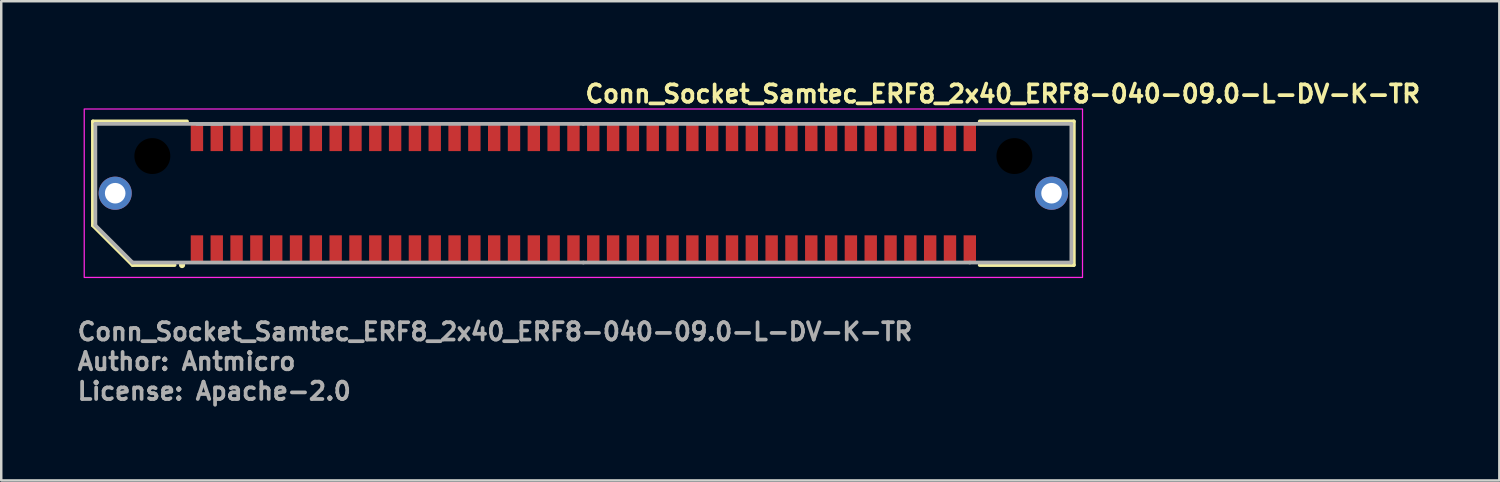
<source format=kicad_pcb>
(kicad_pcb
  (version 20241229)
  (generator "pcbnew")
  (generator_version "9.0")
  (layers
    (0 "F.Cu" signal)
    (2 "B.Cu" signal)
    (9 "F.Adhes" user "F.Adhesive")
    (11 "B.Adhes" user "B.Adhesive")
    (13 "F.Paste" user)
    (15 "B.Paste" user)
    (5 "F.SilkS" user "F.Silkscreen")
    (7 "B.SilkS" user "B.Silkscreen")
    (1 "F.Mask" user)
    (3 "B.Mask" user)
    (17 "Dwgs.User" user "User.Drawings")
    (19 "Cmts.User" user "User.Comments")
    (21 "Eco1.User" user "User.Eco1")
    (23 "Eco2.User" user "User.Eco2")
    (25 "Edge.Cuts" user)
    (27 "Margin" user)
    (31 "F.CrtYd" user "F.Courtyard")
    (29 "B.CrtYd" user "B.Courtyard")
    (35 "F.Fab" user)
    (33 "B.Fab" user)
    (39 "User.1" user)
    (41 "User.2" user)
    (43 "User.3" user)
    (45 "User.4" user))
  (footprint "Conn_Socket_Samtec_ERF8_2x40_ERF8-040-09.0-L-DV-K-TR"
    (layer "F.Cu")
    (at 20.5 4.75)
    (property "Reference" "Conn_Socket_Samtec_ERF8_2x40_ERF8-040-09.0-L-DV-K-TR" (at 0 -3.6 180) (layer "F.SilkS") (effects (font (size 0.7 0.7) (thickness 0.15)) (justify left bottom)))
    (attr smd)
    (fp_line (start -19.8 -2.899) (end -19.8 1.301) (stroke (width 0.15) (type solid)) (layer "F.SilkS"))
    (fp_line (start -19.8 1.301) (end -18.198 2.9) (stroke (width 0.15) (type solid)) (layer "F.SilkS"))
    (fp_line (start -18.198 2.9) (end -16.5 2.9) (stroke (width 0.15) (type solid)) (layer "F.SilkS"))
    (fp_line (start -16 -2.9) (end -19.8 -2.899) (stroke (width 0.15) (type solid)) (layer "F.SilkS"))
    (fp_line (start 16 -2.9) (end 19.8 -2.899) (stroke (width 0.15) (type solid)) (layer "F.SilkS"))
    (fp_line (start 19.8 -2.899) (end 19.8 2.9) (stroke (width 0.15) (type solid)) (layer "F.SilkS"))
    (fp_line (start 19.8 2.9) (end 16 2.9) (stroke (width 0.15) (type solid)) (layer "F.SilkS"))
    (fp_circle (center -16.2 2.9) (end -16.15 2.9) (stroke (width 0.15) (type solid)) (fill yes) (layer "F.SilkS"))
    (fp_rect (start -20.15 -3.4) (end 20.15 3.4) (stroke (width 0.05) (type solid)) (fill no) (layer "F.CrtYd"))
    (fp_line (start -19.7 -2.8) (end -19.7 1.3) (stroke (width 0.15) (type solid)) (layer "F.Fab"))
    (fp_line (start -19.7 1.3) (end -18.2 2.798) (stroke (width 0.15) (type solid)) (layer "F.Fab"))
    (fp_line (start -18.2 2.798) (end 0 2.799) (stroke (width 0.15) (type solid)) (layer "F.Fab"))
    (fp_line (start -14.599 -2.799) (end -19.7 -2.8) (stroke (width 0.15) (type solid)) (layer "F.Fab"))
    (fp_line (start 0 -2.799) (end -15.599 -2.799) (stroke (width 0.15) (type solid)) (layer "F.Fab"))
    (fp_line (start 0 2.799) (end 15.599 2.799) (stroke (width 0.15) (type solid)) (layer "F.Fab"))
    (fp_line (start 15.599 2.799) (end 19.7 2.798) (stroke (width 0.15) (type solid)) (layer "F.Fab"))
    (fp_line (start 19.7 -2.8) (end 0 -2.799) (stroke (width 0.15) (type solid)) (layer "F.Fab"))
    (fp_line (start 19.7 2.798) (end 19.7 -2.8) (stroke (width 0.15) (type solid)) (layer "F.Fab"))
    (fp_rect (start -19.75 -3) (end 19.75 3) (stroke (width 0.1) (type solid)) (fill no) (layer "User.5"))
    (fp_line (start -19.75 -2.8) (end -19.75 -2.7) (stroke (width 0.02) (type solid)) (layer "User.9"))
    (fp_line (start -19.75 -2.7) (end -19.75 1.25) (stroke (width 0.02) (type solid)) (layer "User.9"))
    (fp_line (start -19.75 1.25) (end -18.3 2.7) (stroke (width 0.02) (type solid)) (layer "User.9"))
    (fp_line (start -19.025 -1.025) (end -19.025 1.025) (stroke (width 0.02) (type solid)) (layer "User.9"))
    (fp_line (start -19.025 1.025) (end -18.223 1.025) (stroke (width 0.02) (type solid)) (layer "User.9"))
    (fp_line (start -18.775 -1) (end -19.025 -1) (stroke (width 0.02) (type solid)) (layer "User.9"))
    (fp_line (start -18.775 -1) (end -18.775 -1.025) (stroke (width 0.02) (type solid)) (layer "User.9"))
    (fp_line (start -18.775 -1) (end -18.775 -0.554) (stroke (width 0.02) (type solid)) (layer "User.9"))
    (fp_line (start -18.775 -0.554) (end -19.025 -0.554) (stroke (width 0.02) (type solid)) (layer "User.9"))
    (fp_line (start -18.775 -0.454) (end -18.775 -0.554) (stroke (width 0.02) (type solid)) (layer "User.9"))
    (fp_line (start -18.775 -0.454) (end -18.775 0.4) (stroke (width 0.02) (type solid)) (layer "User.9"))
    (fp_line (start -18.775 0.5) (end -19.025 0.5) (stroke (width 0.02) (type solid)) (layer "User.9"))
    (fp_line (start -18.775 0.5) (end -18.775 0.4) (stroke (width 0.02) (type solid)) (layer "User.9"))
    (fp_line (start -18.775 0.5) (end -18.775 1) (stroke (width 0.02) (type solid)) (layer "User.9"))
    (fp_line (start -18.775 1) (end -19.025 1) (stroke (width 0.02) (type solid)) (layer "User.9"))
    (fp_line (start -18.775 1.025) (end -18.775 1) (stroke (width 0.02) (type solid)) (layer "User.9"))
    (fp_line (start -18.775 1.025) (end -18.725 1.025) (stroke (width 0.02) (type solid)) (layer "User.9"))
    (fp_line (start -18.725 -1.025) (end -18.775 -1.025) (stroke (width 0.02) (type solid)) (layer "User.9"))
    (fp_line (start -18.725 -1.025) (end -18.725 -0.5) (stroke (width 0.02) (type solid)) (layer "User.9"))
    (fp_line (start -18.725 -0.5) (end -18.725 0.5) (stroke (width 0.02) (type solid)) (layer "User.9"))
    (fp_line (start -18.725 0.5) (end -18.725 1.025) (stroke (width 0.02) (type solid)) (layer "User.9"))
    (fp_line (start -18.449 -1.969) (end -18.16 -1.68) (stroke (width 0.02) (type solid)) (layer "User.9"))
    (fp_line (start -18.449 -1.969) (end -15.83 -1.969) (stroke (width 0.02) (type solid)) (layer "User.9"))
    (fp_line (start -18.449 -1.025) (end -19.025 -1.025) (stroke (width 0.02) (type solid)) (layer "User.9"))
    (fp_line (start -18.449 -1.025) (end -18.449 -1.969) (stroke (width 0.02) (type solid)) (layer "User.9"))
    (fp_line (start -18.449 -1.025) (end -18.16 -1.025) (stroke (width 0.02) (type solid)) (layer "User.9"))
    (fp_line (start -18.3 2.7) (end -18.2 2.8) (stroke (width 0.02) (type solid)) (layer "User.9"))
    (fp_line (start -18.3 2.7) (end -17 2.7) (stroke (width 0.02) (type solid)) (layer "User.9"))
    (fp_line (start -18.2 2.8) (end -15.9 2.8) (stroke (width 0.02) (type solid)) (layer "User.9"))
    (fp_line (start -18.16 -1.68) (end -18.16 -1.025) (stroke (width 0.02) (type solid)) (layer "User.9"))
    (fp_line (start -18.16 -1.025) (end -18.16 -0.5) (stroke (width 0.02) (type solid)) (layer "User.9"))
    (fp_line (start -18.16 -0.5) (end -18.725 -0.5) (stroke (width 0.02) (type solid)) (layer "User.9"))
    (fp_line (start -18.16 -0.5) (end -18.16 0.5) (stroke (width 0.02) (type solid)) (layer "User.9"))
    (fp_line (start -18.16 0.5) (end -18.725 0.5) (stroke (width 0.02) (type solid)) (layer "User.9"))
    (fp_line (start -18.16 0.5) (end -18.16 1.025) (stroke (width 0.02) (type solid)) (layer "User.9"))
    (fp_line (start -17.815 1.025) (end -18.223 1.025) (stroke (width 0.02) (type solid)) (layer "User.9"))
    (fp_line (start -17.815 1.025) (end -17.16 1.68) (stroke (width 0.02) (type solid)) (layer "User.9"))
    (fp_line (start -17.28 1.969) (end -18.223 1.025) (stroke (width 0.02) (type solid)) (layer "User.9"))
    (fp_line (start -17.28 1.969) (end -17.16 1.68) (stroke (width 0.02) (type solid)) (layer "User.9"))
    (fp_line (start -17.16 1.68) (end -15.83 1.68) (stroke (width 0.02) (type solid)) (layer "User.9"))
    (fp_line (start -17 2.6) (end -17 2.7) (stroke (width 0.02) (type solid)) (layer "User.9"))
    (fp_line (start -17 2.7) (end -16.4 2.7) (stroke (width 0.02) (type solid)) (layer "User.9"))
    (fp_line (start -16.4 2.6) (end -16.4 2.7) (stroke (width 0.02) (type solid)) (layer "User.9"))
    (fp_line (start -16.4 2.7) (end -15.8 2.7) (stroke (width 0.02) (type solid)) (layer "User.9"))
    (fp_line (start -16.06 -1.68) (end -16.06 -1) (stroke (width 0.02) (type solid)) (layer "User.9"))
    (fp_line (start -16.06 1) (end -16.06 -1) (stroke (width 0.02) (type solid)) (layer "User.9"))
    (fp_line (start -16.06 1) (end -16.06 1.68) (stroke (width 0.02) (type solid)) (layer "User.9"))
    (fp_line (start -15.9 -2.8) (end -19.75 -2.8) (stroke (width 0.02) (type solid)) (layer "User.9"))
    (fp_line (start -15.9 -2.8) (end 15.9 -2.8) (stroke (width 0.02) (type solid)) (layer "User.9"))
    (fp_line (start -15.9 -2.7) (end -19.75 -2.7) (stroke (width 0.02) (type solid)) (layer "User.9"))
    (fp_line (start -15.9 -2.7) (end -15.9 -2.8) (stroke (width 0.02) (type solid)) (layer "User.9"))
    (fp_line (start -15.9 -2.7) (end 15.9 -2.7) (stroke (width 0.02) (type solid)) (layer "User.9"))
    (fp_line (start -15.9 2.7) (end -15.9 2.8) (stroke (width 0.02) (type solid)) (layer "User.9"))
    (fp_line (start -15.9 2.8) (end 15.9 2.8) (stroke (width 0.02) (type solid)) (layer "User.9"))
    (fp_line (start -15.84 1) (end -15.84 -1) (stroke (width 0.02) (type solid)) (layer "User.9"))
    (fp_line (start -15.83 -2.43) (end -15.83 -1.969) (stroke (width 0.02) (type solid)) (layer "User.9"))
    (fp_line (start -15.83 -1.969) (end -15.83 -1.68) (stroke (width 0.02) (type solid)) (layer "User.9"))
    (fp_line (start -15.83 -1.68) (end -18.16 -1.68) (stroke (width 0.02) (type solid)) (layer "User.9"))
    (fp_line (start -15.83 1.68) (end -15.83 1.969) (stroke (width 0.02) (type solid)) (layer "User.9"))
    (fp_line (start -15.83 1.969) (end -17.28 1.969) (stroke (width 0.02) (type solid)) (layer "User.9"))
    (fp_line (start -15.83 1.969) (end -15.83 2.43) (stroke (width 0.02) (type solid)) (layer "User.9"))
    (fp_line (start -15.83 2.43) (end -15.37 2.43) (stroke (width 0.02) (type solid)) (layer "User.9"))
    (fp_line (start -15.8 2.6) (end -17 2.6) (stroke (width 0.02) (type solid)) (layer "User.9"))
    (fp_line (start -15.8 2.6) (end -15.8 2.7) (stroke (width 0.02) (type solid)) (layer "User.9"))
    (fp_line (start -15.8 2.7) (end 15.9 2.7) (stroke (width 0.02) (type solid)) (layer "User.9"))
    (fp_line (start -15.46 -1) (end -16.06 -1) (stroke (width 0.02) (type solid)) (layer "User.9"))
    (fp_line (start -15.46 1) (end -16.06 1) (stroke (width 0.02) (type solid)) (layer "User.9"))
    (fp_line (start -15.46 1) (end -15.46 -1) (stroke (width 0.02) (type solid)) (layer "User.9"))
    (fp_line (start -15.37 -2.43) (end -15.83 -2.43) (stroke (width 0.02) (type solid)) (layer "User.9"))
    (fp_line (start -15.37 -1.969) (end -15.37 -2.43) (stroke (width 0.02) (type solid)) (layer "User.9"))
    (fp_line (start -15.37 -1.969) (end -15.03 -1.969) (stroke (width 0.02) (type solid)) (layer "User.9"))
    (fp_line (start -15.37 -1.68) (end -15.37 -1.969) (stroke (width 0.02) (type solid)) (layer "User.9"))
    (fp_line (start -15.37 1.68) (end -15.03 1.68) (stroke (width 0.02) (type solid)) (layer "User.9"))
    (fp_line (start -15.37 1.969) (end -15.37 1.68) (stroke (width 0.02) (type solid)) (layer "User.9"))
    (fp_line (start -15.37 2.43) (end -15.37 1.969) (stroke (width 0.02) (type solid)) (layer "User.9"))
    (fp_line (start -15.03 -2.43) (end -15.03 -1.969) (stroke (width 0.02) (type solid)) (layer "User.9"))
    (fp_line (start -15.03 -1.969) (end -15.03 -1.68) (stroke (width 0.02) (type solid)) (layer "User.9"))
    (fp_line (start -15.03 -1.68) (end -15.37 -1.68) (stroke (width 0.02) (type solid)) (layer "User.9"))
    (fp_line (start -15.03 1.68) (end -15.03 1.969) (stroke (width 0.02) (type solid)) (layer "User.9"))
    (fp_line (start -15.03 1.969) (end -15.37 1.969) (stroke (width 0.02) (type solid)) (layer "User.9"))
    (fp_line (start -15.03 1.969) (end -15.03 2.43) (stroke (width 0.02) (type solid)) (layer "User.9"))
    (fp_line (start -15.03 2.43) (end -14.57 2.43) (stroke (width 0.02) (type solid)) (layer "User.9"))
    (fp_line (start -14.57 -2.43) (end -15.03 -2.43) (stroke (width 0.02) (type solid)) (layer "User.9"))
    (fp_line (start -14.57 -1.969) (end -14.57 -2.43) (stroke (width 0.02) (type solid)) (layer "User.9"))
    (fp_line (start -14.57 -1.969) (end -14.23 -1.969) (stroke (width 0.02) (type solid)) (layer "User.9"))
    (fp_line (start -14.57 -1.68) (end -14.57 -1.969) (stroke (width 0.02) (type solid)) (layer "User.9"))
    (fp_line (start -14.57 1.68) (end -14.23 1.68) (stroke (width 0.02) (type solid)) (layer "User.9"))
    (fp_line (start -14.57 1.969) (end -14.57 1.68) (stroke (width 0.02) (type solid)) (layer "User.9"))
    (fp_line (start -14.57 2.43) (end -14.57 1.969) (stroke (width 0.02) (type solid)) (layer "User.9"))
    (fp_line (start -14.23 -2.43) (end -14.23 -1.969) (stroke (width 0.02) (type solid)) (layer "User.9"))
    (fp_line (start -14.23 -1.969) (end -14.23 -1.68) (stroke (width 0.02) (type solid)) (layer "User.9"))
    (fp_line (start -14.23 -1.68) (end -14.57 -1.68) (stroke (width 0.02) (type solid)) (layer "User.9"))
    (fp_line (start -14.23 1.68) (end -14.23 1.969) (stroke (width 0.02) (type solid)) (layer "User.9"))
    (fp_line (start -14.23 1.969) (end -14.57 1.969) (stroke (width 0.02) (type solid)) (layer "User.9"))
    (fp_line (start -14.23 1.969) (end -14.23 2.43) (stroke (width 0.02) (type solid)) (layer "User.9"))
    (fp_line (start -14.23 2.43) (end -13.77 2.43) (stroke (width 0.02) (type solid)) (layer "User.9"))
    (fp_line (start -13.77 -2.43) (end -14.23 -2.43) (stroke (width 0.02) (type solid)) (layer "User.9"))
    (fp_line (start -13.77 -1.969) (end -13.77 -2.43) (stroke (width 0.02) (type solid)) (layer "User.9"))
    (fp_line (start -13.77 -1.969) (end -13.43 -1.969) (stroke (width 0.02) (type solid)) (layer "User.9"))
    (fp_line (start -13.77 -1.68) (end -13.77 -1.969) (stroke (width 0.02) (type solid)) (layer "User.9"))
    (fp_line (start -13.77 1.68) (end -13.43 1.68) (stroke (width 0.02) (type solid)) (layer "User.9"))
    (fp_line (start -13.77 1.969) (end -13.77 1.68) (stroke (width 0.02) (type solid)) (layer "User.9"))
    (fp_line (start -13.77 2.43) (end -13.77 1.969) (stroke (width 0.02) (type solid)) (layer "User.9"))
    (fp_line (start -13.43 -2.43) (end -13.43 -1.969) (stroke (width 0.02) (type solid)) (layer "User.9"))
    (fp_line (start -13.43 -1.969) (end -13.43 -1.68) (stroke (width 0.02) (type solid)) (layer "User.9"))
    (fp_line (start -13.43 -1.68) (end -13.77 -1.68) (stroke (width 0.02) (type solid)) (layer "User.9"))
    (fp_line (start -13.43 1.68) (end -13.43 1.969) (stroke (width 0.02) (type solid)) (layer "User.9"))
    (fp_line (start -13.43 1.969) (end -13.77 1.969) (stroke (width 0.02) (type solid)) (layer "User.9"))
    (fp_line (start -13.43 1.969) (end -13.43 2.43) (stroke (width 0.02) (type solid)) (layer "User.9"))
    (fp_line (start -13.43 2.43) (end -12.97 2.43) (stroke (width 0.02) (type solid)) (layer "User.9"))
    (fp_line (start -12.97 -2.43) (end -13.43 -2.43) (stroke (width 0.02) (type solid)) (layer "User.9"))
    (fp_line (start -12.97 -1.969) (end -12.97 -2.43) (stroke (width 0.02) (type solid)) (layer "User.9"))
    (fp_line (start -12.97 -1.969) (end -12.63 -1.969) (stroke (width 0.02) (type solid)) (layer "User.9"))
    (fp_line (start -12.97 -1.68) (end -12.97 -1.969) (stroke (width 0.02) (type solid)) (layer "User.9"))
    (fp_line (start -12.97 1.68) (end -12.63 1.68) (stroke (width 0.02) (type solid)) (layer "User.9"))
    (fp_line (start -12.97 1.969) (end -12.97 1.68) (stroke (width 0.02) (type solid)) (layer "User.9"))
    (fp_line (start -12.97 2.43) (end -12.97 1.969) (stroke (width 0.02) (type solid)) (layer "User.9"))
    (fp_line (start -12.63 -2.43) (end -12.63 -1.969) (stroke (width 0.02) (type solid)) (layer "User.9"))
    (fp_line (start -12.63 -1.969) (end -12.63 -1.68) (stroke (width 0.02) (type solid)) (layer "User.9"))
    (fp_line (start -12.63 -1.68) (end -12.97 -1.68) (stroke (width 0.02) (type solid)) (layer "User.9"))
    (fp_line (start -12.63 1.68) (end -12.63 1.969) (stroke (width 0.02) (type solid)) (layer "User.9"))
    (fp_line (start -12.63 1.969) (end -12.97 1.969) (stroke (width 0.02) (type solid)) (layer "User.9"))
    (fp_line (start -12.63 1.969) (end -12.63 2.43) (stroke (width 0.02) (type solid)) (layer "User.9"))
    (fp_line (start -12.63 2.43) (end -12.17 2.43) (stroke (width 0.02) (type solid)) (layer "User.9"))
    (fp_line (start -12.17 -2.43) (end -12.63 -2.43) (stroke (width 0.02) (type solid)) (layer "User.9"))
    (fp_line (start -12.17 -1.969) (end -12.17 -2.43) (stroke (width 0.02) (type solid)) (layer "User.9"))
    (fp_line (start -12.17 -1.969) (end -11.83 -1.969) (stroke (width 0.02) (type solid)) (layer "User.9"))
    (fp_line (start -12.17 -1.68) (end -12.17 -1.969) (stroke (width 0.02) (type solid)) (layer "User.9"))
    (fp_line (start -12.17 1.68) (end -11.83 1.68) (stroke (width 0.02) (type solid)) (layer "User.9"))
    (fp_line (start -12.17 1.969) (end -12.17 1.68) (stroke (width 0.02) (type solid)) (layer "User.9"))
    (fp_line (start -12.17 2.43) (end -12.17 1.969) (stroke (width 0.02) (type solid)) (layer "User.9"))
    (fp_line (start -11.83 -2.43) (end -11.83 -1.969) (stroke (width 0.02) (type solid)) (layer "User.9"))
    (fp_line (start -11.83 -1.969) (end -11.83 -1.68) (stroke (width 0.02) (type solid)) (layer "User.9"))
    (fp_line (start -11.83 -1.68) (end -12.17 -1.68) (stroke (width 0.02) (type solid)) (layer "User.9"))
    (fp_line (start -11.83 1.68) (end -11.83 1.969) (stroke (width 0.02) (type solid)) (layer "User.9"))
    (fp_line (start -11.83 1.969) (end -12.17 1.969) (stroke (width 0.02) (type solid)) (layer "User.9"))
    (fp_line (start -11.83 1.969) (end -11.83 2.43) (stroke (width 0.02) (type solid)) (layer "User.9"))
    (fp_line (start -11.83 2.43) (end -11.37 2.43) (stroke (width 0.02) (type solid)) (layer "User.9"))
    (fp_line (start -11.37 -2.43) (end -11.83 -2.43) (stroke (width 0.02) (type solid)) (layer "User.9"))
    (fp_line (start -11.37 -1.969) (end -11.37 -2.43) (stroke (width 0.02) (type solid)) (layer "User.9"))
    (fp_line (start -11.37 -1.969) (end -11.03 -1.969) (stroke (width 0.02) (type solid)) (layer "User.9"))
    (fp_line (start -11.37 -1.68) (end -11.37 -1.969) (stroke (width 0.02) (type solid)) (layer "User.9"))
    (fp_line (start -11.37 1.68) (end -11.03 1.68) (stroke (width 0.02) (type solid)) (layer "User.9"))
    (fp_line (start -11.37 1.969) (end -11.37 1.68) (stroke (width 0.02) (type solid)) (layer "User.9"))
    (fp_line (start -11.37 2.43) (end -11.37 1.969) (stroke (width 0.02) (type solid)) (layer "User.9"))
    (fp_line (start -11.03 -2.43) (end -11.03 -1.969) (stroke (width 0.02) (type solid)) (layer "User.9"))
    (fp_line (start -11.03 -1.969) (end -11.03 -1.68) (stroke (width 0.02) (type solid)) (layer "User.9"))
    (fp_line (start -11.03 -1.68) (end -11.37 -1.68) (stroke (width 0.02) (type solid)) (layer "User.9"))
    (fp_line (start -11.03 1.68) (end -11.03 1.969) (stroke (width 0.02) (type solid)) (layer "User.9"))
    (fp_line (start -11.03 1.969) (end -11.37 1.969) (stroke (width 0.02) (type solid)) (layer "User.9"))
    (fp_line (start -11.03 1.969) (end -11.03 2.43) (stroke (width 0.02) (type solid)) (layer "User.9"))
    (fp_line (start -11.03 2.43) (end -10.57 2.43) (stroke (width 0.02) (type solid)) (layer "User.9"))
    (fp_line (start -10.57 -2.43) (end -11.03 -2.43) (stroke (width 0.02) (type solid)) (layer "User.9"))
    (fp_line (start -10.57 -1.969) (end -10.57 -2.43) (stroke (width 0.02) (type solid)) (layer "User.9"))
    (fp_line (start -10.57 -1.969) (end -10.23 -1.969) (stroke (width 0.02) (type solid)) (layer "User.9"))
    (fp_line (start -10.57 -1.68) (end -10.57 -1.969) (stroke (width 0.02) (type solid)) (layer "User.9"))
    (fp_line (start -10.57 1.68) (end -10.23 1.68) (stroke (width 0.02) (type solid)) (layer "User.9"))
    (fp_line (start -10.57 1.969) (end -10.57 1.68) (stroke (width 0.02) (type solid)) (layer "User.9"))
    (fp_line (start -10.57 2.43) (end -10.57 1.969) (stroke (width 0.02) (type solid)) (layer "User.9"))
    (fp_line (start -10.23 -2.43) (end -10.23 -1.969) (stroke (width 0.02) (type solid)) (layer "User.9"))
    (fp_line (start -10.23 -1.969) (end -10.23 -1.68) (stroke (width 0.02) (type solid)) (layer "User.9"))
    (fp_line (start -10.23 -1.68) (end -10.57 -1.68) (stroke (width 0.02) (type solid)) (layer "User.9"))
    (fp_line (start -10.23 1.68) (end -10.23 1.969) (stroke (width 0.02) (type solid)) (layer "User.9"))
    (fp_line (start -10.23 1.969) (end -10.57 1.969) (stroke (width 0.02) (type solid)) (layer "User.9"))
    (fp_line (start -10.23 1.969) (end -10.23 2.43) (stroke (width 0.02) (type solid)) (layer "User.9"))
    (fp_line (start -10.23 2.43) (end -9.77 2.43) (stroke (width 0.02) (type solid)) (layer "User.9"))
    (fp_line (start -9.77 -2.43) (end -10.23 -2.43) (stroke (width 0.02) (type solid)) (layer "User.9"))
    (fp_line (start -9.77 -1.969) (end -9.77 -2.43) (stroke (width 0.02) (type solid)) (layer "User.9"))
    (fp_line (start -9.77 -1.969) (end -9.43 -1.969) (stroke (width 0.02) (type solid)) (layer "User.9"))
    (fp_line (start -9.77 -1.68) (end -9.77 -1.969) (stroke (width 0.02) (type solid)) (layer "User.9"))
    (fp_line (start -9.77 1.68) (end -9.43 1.68) (stroke (width 0.02) (type solid)) (layer "User.9"))
    (fp_line (start -9.77 1.969) (end -9.77 1.68) (stroke (width 0.02) (type solid)) (layer "User.9"))
    (fp_line (start -9.77 2.43) (end -9.77 1.969) (stroke (width 0.02) (type solid)) (layer "User.9"))
    (fp_line (start -9.43 -2.43) (end -9.43 -1.969) (stroke (width 0.02) (type solid)) (layer "User.9"))
    (fp_line (start -9.43 -1.969) (end -9.43 -1.68) (stroke (width 0.02) (type solid)) (layer "User.9"))
    (fp_line (start -9.43 -1.68) (end -9.77 -1.68) (stroke (width 0.02) (type solid)) (layer "User.9"))
    (fp_line (start -9.43 1.68) (end -9.43 1.969) (stroke (width 0.02) (type solid)) (layer "User.9"))
    (fp_line (start -9.43 1.969) (end -9.77 1.969) (stroke (width 0.02) (type solid)) (layer "User.9"))
    (fp_line (start -9.43 1.969) (end -9.43 2.43) (stroke (width 0.02) (type solid)) (layer "User.9"))
    (fp_line (start -9.43 2.43) (end -8.97 2.43) (stroke (width 0.02) (type solid)) (layer "User.9"))
    (fp_line (start -8.97 -2.43) (end -9.43 -2.43) (stroke (width 0.02) (type solid)) (layer "User.9"))
    (fp_line (start -8.97 -1.969) (end -8.97 -2.43) (stroke (width 0.02) (type solid)) (layer "User.9"))
    (fp_line (start -8.97 -1.969) (end -8.63 -1.969) (stroke (width 0.02) (type solid)) (layer "User.9"))
    (fp_line (start -8.97 -1.68) (end -8.97 -1.969) (stroke (width 0.02) (type solid)) (layer "User.9"))
    (fp_line (start -8.97 1.68) (end -8.63 1.68) (stroke (width 0.02) (type solid)) (layer "User.9"))
    (fp_line (start -8.97 1.969) (end -8.97 1.68) (stroke (width 0.02) (type solid)) (layer "User.9"))
    (fp_line (start -8.97 2.43) (end -8.97 1.969) (stroke (width 0.02) (type solid)) (layer "User.9"))
    (fp_line (start -8.63 -2.43) (end -8.63 -1.969) (stroke (width 0.02) (type solid)) (layer "User.9"))
    (fp_line (start -8.63 -1.969) (end -8.63 -1.68) (stroke (width 0.02) (type solid)) (layer "User.9"))
    (fp_line (start -8.63 -1.68) (end -8.97 -1.68) (stroke (width 0.02) (type solid)) (layer "User.9"))
    (fp_line (start -8.63 1.68) (end -8.63 1.969) (stroke (width 0.02) (type solid)) (layer "User.9"))
    (fp_line (start -8.63 1.969) (end -8.97 1.969) (stroke (width 0.02) (type solid)) (layer "User.9"))
    (fp_line (start -8.63 1.969) (end -8.63 2.43) (stroke (width 0.02) (type solid)) (layer "User.9"))
    (fp_line (start -8.63 2.43) (end -8.17 2.43) (stroke (width 0.02) (type solid)) (layer "User.9"))
    (fp_line (start -8.17 -2.43) (end -8.63 -2.43) (stroke (width 0.02) (type solid)) (layer "User.9"))
    (fp_line (start -8.17 -1.969) (end -8.17 -2.43) (stroke (width 0.02) (type solid)) (layer "User.9"))
    (fp_line (start -8.17 -1.969) (end -7.83 -1.969) (stroke (width 0.02) (type solid)) (layer "User.9"))
    (fp_line (start -8.17 -1.68) (end -8.17 -1.969) (stroke (width 0.02) (type solid)) (layer "User.9"))
    (fp_line (start -8.17 1.68) (end -7.83 1.68) (stroke (width 0.02) (type solid)) (layer "User.9"))
    (fp_line (start -8.17 1.969) (end -8.17 1.68) (stroke (width 0.02) (type solid)) (layer "User.9"))
    (fp_line (start -8.17 2.43) (end -8.17 1.969) (stroke (width 0.02) (type solid)) (layer "User.9"))
    (fp_line (start -7.83 -2.43) (end -7.83 -1.969) (stroke (width 0.02) (type solid)) (layer "User.9"))
    (fp_line (start -7.83 -1.969) (end -7.83 -1.68) (stroke (width 0.02) (type solid)) (layer "User.9"))
    (fp_line (start -7.83 -1.68) (end -8.17 -1.68) (stroke (width 0.02) (type solid)) (layer "User.9"))
    (fp_line (start -7.83 1.68) (end -7.83 1.969) (stroke (width 0.02) (type solid)) (layer "User.9"))
    (fp_line (start -7.83 1.969) (end -8.17 1.969) (stroke (width 0.02) (type solid)) (layer "User.9"))
    (fp_line (start -7.83 1.969) (end -7.83 2.43) (stroke (width 0.02) (type solid)) (layer "User.9"))
    (fp_line (start -7.83 2.43) (end -7.37 2.43) (stroke (width 0.02) (type solid)) (layer "User.9"))
    (fp_line (start -7.37 -2.43) (end -7.83 -2.43) (stroke (width 0.02) (type solid)) (layer "User.9"))
    (fp_line (start -7.37 -1.969) (end -7.37 -2.43) (stroke (width 0.02) (type solid)) (layer "User.9"))
    (fp_line (start -7.37 -1.969) (end -7.03 -1.969) (stroke (width 0.02) (type solid)) (layer "User.9"))
    (fp_line (start -7.37 -1.68) (end -7.37 -1.969) (stroke (width 0.02) (type solid)) (layer "User.9"))
    (fp_line (start -7.37 1.68) (end -7.03 1.68) (stroke (width 0.02) (type solid)) (layer "User.9"))
    (fp_line (start -7.37 1.969) (end -7.37 1.68) (stroke (width 0.02) (type solid)) (layer "User.9"))
    (fp_line (start -7.37 2.43) (end -7.37 1.969) (stroke (width 0.02) (type solid)) (layer "User.9"))
    (fp_line (start -7.03 -2.43) (end -7.03 -1.969) (stroke (width 0.02) (type solid)) (layer "User.9"))
    (fp_line (start -7.03 -1.969) (end -7.03 -1.68) (stroke (width 0.02) (type solid)) (layer "User.9"))
    (fp_line (start -7.03 -1.68) (end -7.37 -1.68) (stroke (width 0.02) (type solid)) (layer "User.9"))
    (fp_line (start -7.03 1.68) (end -7.03 1.969) (stroke (width 0.02) (type solid)) (layer "User.9"))
    (fp_line (start -7.03 1.969) (end -7.37 1.969) (stroke (width 0.02) (type solid)) (layer "User.9"))
    (fp_line (start -7.03 1.969) (end -7.03 2.43) (stroke (width 0.02) (type solid)) (layer "User.9"))
    (fp_line (start -7.03 2.43) (end -6.57 2.43) (stroke (width 0.02) (type solid)) (layer "User.9"))
    (fp_line (start -6.57 -2.43) (end -7.03 -2.43) (stroke (width 0.02) (type solid)) (layer "User.9"))
    (fp_line (start -6.57 -1.969) (end -6.57 -2.43) (stroke (width 0.02) (type solid)) (layer "User.9"))
    (fp_line (start -6.57 -1.969) (end -6.23 -1.969) (stroke (width 0.02) (type solid)) (layer "User.9"))
    (fp_line (start -6.57 -1.68) (end -6.57 -1.969) (stroke (width 0.02) (type solid)) (layer "User.9"))
    (fp_line (start -6.57 1.68) (end -6.23 1.68) (stroke (width 0.02) (type solid)) (layer "User.9"))
    (fp_line (start -6.57 1.969) (end -6.57 1.68) (stroke (width 0.02) (type solid)) (layer "User.9"))
    (fp_line (start -6.57 2.43) (end -6.57 1.969) (stroke (width 0.02) (type solid)) (layer "User.9"))
    (fp_line (start -6.23 -2.43) (end -6.23 -1.969) (stroke (width 0.02) (type solid)) (layer "User.9"))
    (fp_line (start -6.23 -1.969) (end -6.23 -1.68) (stroke (width 0.02) (type solid)) (layer "User.9"))
    (fp_line (start -6.23 -1.68) (end -6.57 -1.68) (stroke (width 0.02) (type solid)) (layer "User.9"))
    (fp_line (start -6.23 1.68) (end -6.23 1.969) (stroke (width 0.02) (type solid)) (layer "User.9"))
    (fp_line (start -6.23 1.969) (end -6.57 1.969) (stroke (width 0.02) (type solid)) (layer "User.9"))
    (fp_line (start -6.23 1.969) (end -6.23 2.43) (stroke (width 0.02) (type solid)) (layer "User.9"))
    (fp_line (start -6.23 2.43) (end -5.77 2.43) (stroke (width 0.02) (type solid)) (layer "User.9"))
    (fp_line (start -5.77 -2.43) (end -6.23 -2.43) (stroke (width 0.02) (type solid)) (layer "User.9"))
    (fp_line (start -5.77 -1.969) (end -5.77 -2.43) (stroke (width 0.02) (type solid)) (layer "User.9"))
    (fp_line (start -5.77 -1.969) (end -5.43 -1.969) (stroke (width 0.02) (type solid)) (layer "User.9"))
    (fp_line (start -5.77 -1.68) (end -5.77 -1.969) (stroke (width 0.02) (type solid)) (layer "User.9"))
    (fp_line (start -5.77 1.68) (end -5.43 1.68) (stroke (width 0.02) (type solid)) (layer "User.9"))
    (fp_line (start -5.77 1.969) (end -5.77 1.68) (stroke (width 0.02) (type solid)) (layer "User.9"))
    (fp_line (start -5.77 2.43) (end -5.77 1.969) (stroke (width 0.02) (type solid)) (layer "User.9"))
    (fp_line (start -5.43 -2.43) (end -5.43 -1.969) (stroke (width 0.02) (type solid)) (layer "User.9"))
    (fp_line (start -5.43 -1.969) (end -5.43 -1.68) (stroke (width 0.02) (type solid)) (layer "User.9"))
    (fp_line (start -5.43 -1.68) (end -5.77 -1.68) (stroke (width 0.02) (type solid)) (layer "User.9"))
    (fp_line (start -5.43 1.68) (end -5.43 1.969) (stroke (width 0.02) (type solid)) (layer "User.9"))
    (fp_line (start -5.43 1.969) (end -5.77 1.969) (stroke (width 0.02) (type solid)) (layer "User.9"))
    (fp_line (start -5.43 1.969) (end -5.43 2.43) (stroke (width 0.02) (type solid)) (layer "User.9"))
    (fp_line (start -5.43 2.43) (end -4.97 2.43) (stroke (width 0.02) (type solid)) (layer "User.9"))
    (fp_line (start -4.97 -2.43) (end -5.43 -2.43) (stroke (width 0.02) (type solid)) (layer "User.9"))
    (fp_line (start -4.97 -1.969) (end -4.97 -2.43) (stroke (width 0.02) (type solid)) (layer "User.9"))
    (fp_line (start -4.97 -1.969) (end -4.63 -1.969) (stroke (width 0.02) (type solid)) (layer "User.9"))
    (fp_line (start -4.97 -1.68) (end -4.97 -1.969) (stroke (width 0.02) (type solid)) (layer "User.9"))
    (fp_line (start -4.97 1.68) (end -4.63 1.68) (stroke (width 0.02) (type solid)) (layer "User.9"))
    (fp_line (start -4.97 1.969) (end -4.97 1.68) (stroke (width 0.02) (type solid)) (layer "User.9"))
    (fp_line (start -4.97 2.43) (end -4.97 1.969) (stroke (width 0.02) (type solid)) (layer "User.9"))
    (fp_line (start -4.63 -2.43) (end -4.63 -1.969) (stroke (width 0.02) (type solid)) (layer "User.9"))
    (fp_line (start -4.63 -1.969) (end -4.63 -1.68) (stroke (width 0.02) (type solid)) (layer "User.9"))
    (fp_line (start -4.63 -1.68) (end -4.97 -1.68) (stroke (width 0.02) (type solid)) (layer "User.9"))
    (fp_line (start -4.63 1.68) (end -4.63 1.969) (stroke (width 0.02) (type solid)) (layer "User.9"))
    (fp_line (start -4.63 1.969) (end -4.97 1.969) (stroke (width 0.02) (type solid)) (layer "User.9"))
    (fp_line (start -4.63 1.969) (end -4.63 2.43) (stroke (width 0.02) (type solid)) (layer "User.9"))
    (fp_line (start -4.63 2.43) (end -4.17 2.43) (stroke (width 0.02) (type solid)) (layer "User.9"))
    (fp_line (start -4.17 -2.43) (end -4.63 -2.43) (stroke (width 0.02) (type solid)) (layer "User.9"))
    (fp_line (start -4.17 -1.969) (end -4.17 -2.43) (stroke (width 0.02) (type solid)) (layer "User.9"))
    (fp_line (start -4.17 -1.969) (end -3.83 -1.969) (stroke (width 0.02) (type solid)) (layer "User.9"))
    (fp_line (start -4.17 -1.68) (end -4.17 -1.969) (stroke (width 0.02) (type solid)) (layer "User.9"))
    (fp_line (start -4.17 1.68) (end -3.83 1.68) (stroke (width 0.02) (type solid)) (layer "User.9"))
    (fp_line (start -4.17 1.969) (end -4.17 1.68) (stroke (width 0.02) (type solid)) (layer "User.9"))
    (fp_line (start -4.17 2.43) (end -4.17 1.969) (stroke (width 0.02) (type solid)) (layer "User.9"))
    (fp_line (start -3.83 -2.43) (end -3.83 -1.969) (stroke (width 0.02) (type solid)) (layer "User.9"))
    (fp_line (start -3.83 -1.969) (end -3.83 -1.68) (stroke (width 0.02) (type solid)) (layer "User.9"))
    (fp_line (start -3.83 -1.68) (end -4.17 -1.68) (stroke (width 0.02) (type solid)) (layer "User.9"))
    (fp_line (start -3.83 1.68) (end -3.83 1.969) (stroke (width 0.02) (type solid)) (layer "User.9"))
    (fp_line (start -3.83 1.969) (end -4.17 1.969) (stroke (width 0.02) (type solid)) (layer "User.9"))
    (fp_line (start -3.83 1.969) (end -3.83 2.43) (stroke (width 0.02) (type solid)) (layer "User.9"))
    (fp_line (start -3.83 2.43) (end -3.37 2.43) (stroke (width 0.02) (type solid)) (layer "User.9"))
    (fp_line (start -3.37 -2.43) (end -3.83 -2.43) (stroke (width 0.02) (type solid)) (layer "User.9"))
    (fp_line (start -3.37 -1.969) (end -3.37 -2.43) (stroke (width 0.02) (type solid)) (layer "User.9"))
    (fp_line (start -3.37 -1.969) (end -3.03 -1.969) (stroke (width 0.02) (type solid)) (layer "User.9"))
    (fp_line (start -3.37 -1.68) (end -3.37 -1.969) (stroke (width 0.02) (type solid)) (layer "User.9"))
    (fp_line (start -3.37 1.68) (end -3.03 1.68) (stroke (width 0.02) (type solid)) (layer "User.9"))
    (fp_line (start -3.37 1.969) (end -3.37 1.68) (stroke (width 0.02) (type solid)) (layer "User.9"))
    (fp_line (start -3.37 2.43) (end -3.37 1.969) (stroke (width 0.02) (type solid)) (layer "User.9"))
    (fp_line (start -3.03 -2.43) (end -3.03 -1.969) (stroke (width 0.02) (type solid)) (layer "User.9"))
    (fp_line (start -3.03 -1.969) (end -3.03 -1.68) (stroke (width 0.02) (type solid)) (layer "User.9"))
    (fp_line (start -3.03 -1.68) (end -3.37 -1.68) (stroke (width 0.02) (type solid)) (layer "User.9"))
    (fp_line (start -3.03 1.68) (end -3.03 1.969) (stroke (width 0.02) (type solid)) (layer "User.9"))
    (fp_line (start -3.03 1.969) (end -3.37 1.969) (stroke (width 0.02) (type solid)) (layer "User.9"))
    (fp_line (start -3.03 1.969) (end -3.03 2.43) (stroke (width 0.02) (type solid)) (layer "User.9"))
    (fp_line (start -3.03 2.43) (end -2.57 2.43) (stroke (width 0.02) (type solid)) (layer "User.9"))
    (fp_line (start -2.57 -2.43) (end -3.03 -2.43) (stroke (width 0.02) (type solid)) (layer "User.9"))
    (fp_line (start -2.57 -1.969) (end -2.57 -2.43) (stroke (width 0.02) (type solid)) (layer "User.9"))
    (fp_line (start -2.57 -1.969) (end -2.23 -1.969) (stroke (width 0.02) (type solid)) (layer "User.9"))
    (fp_line (start -2.57 -1.68) (end -2.57 -1.969) (stroke (width 0.02) (type solid)) (layer "User.9"))
    (fp_line (start -2.57 1.68) (end -2.23 1.68) (stroke (width 0.02) (type solid)) (layer "User.9"))
    (fp_line (start -2.57 1.969) (end -2.57 1.68) (stroke (width 0.02) (type solid)) (layer "User.9"))
    (fp_line (start -2.57 2.43) (end -2.57 1.969) (stroke (width 0.02) (type solid)) (layer "User.9"))
    (fp_line (start -2.23 -2.43) (end -2.23 -1.969) (stroke (width 0.02) (type solid)) (layer "User.9"))
    (fp_line (start -2.23 -1.969) (end -2.23 -1.68) (stroke (width 0.02) (type solid)) (layer "User.9"))
    (fp_line (start -2.23 -1.68) (end -2.57 -1.68) (stroke (width 0.02) (type solid)) (layer "User.9"))
    (fp_line (start -2.23 1.68) (end -2.23 1.969) (stroke (width 0.02) (type solid)) (layer "User.9"))
    (fp_line (start -2.23 1.969) (end -2.57 1.969) (stroke (width 0.02) (type solid)) (layer "User.9"))
    (fp_line (start -2.23 1.969) (end -2.23 2.43) (stroke (width 0.02) (type solid)) (layer "User.9"))
    (fp_line (start -2.23 2.43) (end -1.77 2.43) (stroke (width 0.02) (type solid)) (layer "User.9"))
    (fp_line (start -1.77 -2.43) (end -2.23 -2.43) (stroke (width 0.02) (type solid)) (layer "User.9"))
    (fp_line (start -1.77 -1.969) (end -1.77 -2.43) (stroke (width 0.02) (type solid)) (layer "User.9"))
    (fp_line (start -1.77 -1.969) (end -1.43 -1.969) (stroke (width 0.02) (type solid)) (layer "User.9"))
    (fp_line (start -1.77 -1.68) (end -1.77 -1.969) (stroke (width 0.02) (type solid)) (layer "User.9"))
    (fp_line (start -1.77 1.68) (end -1.43 1.68) (stroke (width 0.02) (type solid)) (layer "User.9"))
    (fp_line (start -1.77 1.969) (end -1.77 1.68) (stroke (width 0.02) (type solid)) (layer "User.9"))
    (fp_line (start -1.77 2.43) (end -1.77 1.969) (stroke (width 0.02) (type solid)) (layer "User.9"))
    (fp_line (start -1.43 -2.43) (end -1.43 -1.969) (stroke (width 0.02) (type solid)) (layer "User.9"))
    (fp_line (start -1.43 -1.969) (end -1.43 -1.68) (stroke (width 0.02) (type solid)) (layer "User.9"))
    (fp_line (start -1.43 -1.68) (end -1.77 -1.68) (stroke (width 0.02) (type solid)) (layer "User.9"))
    (fp_line (start -1.43 1.68) (end -1.43 1.969) (stroke (width 0.02) (type solid)) (layer "User.9"))
    (fp_line (start -1.43 1.969) (end -1.77 1.969) (stroke (width 0.02) (type solid)) (layer "User.9"))
    (fp_line (start -1.43 1.969) (end -1.43 2.43) (stroke (width 0.02) (type solid)) (layer "User.9"))
    (fp_line (start -1.43 2.43) (end -0.97 2.43) (stroke (width 0.02) (type solid)) (layer "User.9"))
    (fp_line (start -0.97 -2.43) (end -1.43 -2.43) (stroke (width 0.02) (type solid)) (layer "User.9"))
    (fp_line (start -0.97 -1.969) (end -0.97 -2.43) (stroke (width 0.02) (type solid)) (layer "User.9"))
    (fp_line (start -0.97 -1.969) (end -0.63 -1.969) (stroke (width 0.02) (type solid)) (layer "User.9"))
    (fp_line (start -0.97 -1.68) (end -0.97 -1.969) (stroke (width 0.02) (type solid)) (layer "User.9"))
    (fp_line (start -0.97 1.68) (end -0.63 1.68) (stroke (width 0.02) (type solid)) (layer "User.9"))
    (fp_line (start -0.97 1.969) (end -0.97 1.68) (stroke (width 0.02) (type solid)) (layer "User.9"))
    (fp_line (start -0.97 2.43) (end -0.97 1.969) (stroke (width 0.02) (type solid)) (layer "User.9"))
    (fp_line (start -0.63 -2.43) (end -0.63 -1.969) (stroke (width 0.02) (type solid)) (layer "User.9"))
    (fp_line (start -0.63 -1.969) (end -0.63 -1.68) (stroke (width 0.02) (type solid)) (layer "User.9"))
    (fp_line (start -0.63 -1.68) (end -0.97 -1.68) (stroke (width 0.02) (type solid)) (layer "User.9"))
    (fp_line (start -0.63 1.68) (end -0.63 1.969) (stroke (width 0.02) (type solid)) (layer "User.9"))
    (fp_line (start -0.63 1.969) (end -0.97 1.969) (stroke (width 0.02) (type solid)) (layer "User.9"))
    (fp_line (start -0.63 1.969) (end -0.63 2.43) (stroke (width 0.02) (type solid)) (layer "User.9"))
    (fp_line (start -0.63 2.43) (end -0.17 2.43) (stroke (width 0.02) (type solid)) (layer "User.9"))
    (fp_line (start -0.17 -2.43) (end -0.63 -2.43) (stroke (width 0.02) (type solid)) (layer "User.9"))
    (fp_line (start -0.17 -1.969) (end -0.17 -2.43) (stroke (width 0.02) (type solid)) (layer "User.9"))
    (fp_line (start -0.17 -1.969) (end 0.17 -1.969) (stroke (width 0.02) (type solid)) (layer "User.9"))
    (fp_line (start -0.17 -1.68) (end -0.17 -1.969) (stroke (width 0.02) (type solid)) (layer "User.9"))
    (fp_line (start -0.17 1.68) (end 0.17 1.68) (stroke (width 0.02) (type solid)) (layer "User.9"))
    (fp_line (start -0.17 1.969) (end -0.17 1.68) (stroke (width 0.02) (type solid)) (layer "User.9"))
    (fp_line (start -0.17 2.43) (end -0.17 1.969) (stroke (width 0.02) (type solid)) (layer "User.9"))
    (fp_line (start 0.17 -2.43) (end 0.17 -1.969) (stroke (width 0.02) (type solid)) (layer "User.9"))
    (fp_line (start 0.17 -1.969) (end 0.17 -1.68) (stroke (width 0.02) (type solid)) (layer "User.9"))
    (fp_line (start 0.17 -1.68) (end -0.17 -1.68) (stroke (width 0.02) (type solid)) (layer "User.9"))
    (fp_line (start 0.17 1.68) (end 0.17 1.969) (stroke (width 0.02) (type solid)) (layer "User.9"))
    (fp_line (start 0.17 1.969) (end -0.17 1.969) (stroke (width 0.02) (type solid)) (layer "User.9"))
    (fp_line (start 0.17 1.969) (end 0.17 2.43) (stroke (width 0.02) (type solid)) (layer "User.9"))
    (fp_line (start 0.17 2.43) (end 0.63 2.43) (stroke (width 0.02) (type solid)) (layer "User.9"))
    (fp_line (start 0.63 -2.43) (end 0.17 -2.43) (stroke (width 0.02) (type solid)) (layer "User.9"))
    (fp_line (start 0.63 -1.969) (end 0.63 -2.43) (stroke (width 0.02) (type solid)) (layer "User.9"))
    (fp_line (start 0.63 -1.969) (end 0.97 -1.969) (stroke (width 0.02) (type solid)) (layer "User.9"))
    (fp_line (start 0.63 -1.68) (end 0.63 -1.969) (stroke (width 0.02) (type solid)) (layer "User.9"))
    (fp_line (start 0.63 1.68) (end 0.97 1.68) (stroke (width 0.02) (type solid)) (layer "User.9"))
    (fp_line (start 0.63 1.969) (end 0.63 1.68) (stroke (width 0.02) (type solid)) (layer "User.9"))
    (fp_line (start 0.63 2.43) (end 0.63 1.969) (stroke (width 0.02) (type solid)) (layer "User.9"))
    (fp_line (start 0.97 -2.43) (end 0.97 -1.969) (stroke (width 0.02) (type solid)) (layer "User.9"))
    (fp_line (start 0.97 -1.969) (end 0.97 -1.68) (stroke (width 0.02) (type solid)) (layer "User.9"))
    (fp_line (start 0.97 -1.68) (end 0.63 -1.68) (stroke (width 0.02) (type solid)) (layer "User.9"))
    (fp_line (start 0.97 1.68) (end 0.97 1.969) (stroke (width 0.02) (type solid)) (layer "User.9"))
    (fp_line (start 0.97 1.969) (end 0.63 1.969) (stroke (width 0.02) (type solid)) (layer "User.9"))
    (fp_line (start 0.97 1.969) (end 0.97 2.43) (stroke (width 0.02) (type solid)) (layer "User.9"))
    (fp_line (start 0.97 2.43) (end 1.43 2.43) (stroke (width 0.02) (type solid)) (layer "User.9"))
    (fp_line (start 1.43 -2.43) (end 0.97 -2.43) (stroke (width 0.02) (type solid)) (layer "User.9"))
    (fp_line (start 1.43 -1.969) (end 1.43 -2.43) (stroke (width 0.02) (type solid)) (layer "User.9"))
    (fp_line (start 1.43 -1.969) (end 1.77 -1.969) (stroke (width 0.02) (type solid)) (layer "User.9"))
    (fp_line (start 1.43 -1.68) (end 1.43 -1.969) (stroke (width 0.02) (type solid)) (layer "User.9"))
    (fp_line (start 1.43 1.68) (end 1.77 1.68) (stroke (width 0.02) (type solid)) (layer "User.9"))
    (fp_line (start 1.43 1.969) (end 1.43 1.68) (stroke (width 0.02) (type solid)) (layer "User.9"))
    (fp_line (start 1.43 2.43) (end 1.43 1.969) (stroke (width 0.02) (type solid)) (layer "User.9"))
    (fp_line (start 1.77 -2.43) (end 1.77 -1.969) (stroke (width 0.02) (type solid)) (layer "User.9"))
    (fp_line (start 1.77 -1.969) (end 1.77 -1.68) (stroke (width 0.02) (type solid)) (layer "User.9"))
    (fp_line (start 1.77 -1.68) (end 1.43 -1.68) (stroke (width 0.02) (type solid)) (layer "User.9"))
    (fp_line (start 1.77 1.68) (end 1.77 1.969) (stroke (width 0.02) (type solid)) (layer "User.9"))
    (fp_line (start 1.77 1.969) (end 1.43 1.969) (stroke (width 0.02) (type solid)) (layer "User.9"))
    (fp_line (start 1.77 1.969) (end 1.77 2.43) (stroke (width 0.02) (type solid)) (layer "User.9"))
    (fp_line (start 1.77 2.43) (end 2.23 2.43) (stroke (width 0.02) (type solid)) (layer "User.9"))
    (fp_line (start 2.23 -2.43) (end 1.77 -2.43) (stroke (width 0.02) (type solid)) (layer "User.9"))
    (fp_line (start 2.23 -1.969) (end 2.23 -2.43) (stroke (width 0.02) (type solid)) (layer "User.9"))
    (fp_line (start 2.23 -1.969) (end 2.57 -1.969) (stroke (width 0.02) (type solid)) (layer "User.9"))
    (fp_line (start 2.23 -1.68) (end 2.23 -1.969) (stroke (width 0.02) (type solid)) (layer "User.9"))
    (fp_line (start 2.23 1.68) (end 2.57 1.68) (stroke (width 0.02) (type solid)) (layer "User.9"))
    (fp_line (start 2.23 1.969) (end 2.23 1.68) (stroke (width 0.02) (type solid)) (layer "User.9"))
    (fp_line (start 2.23 2.43) (end 2.23 1.969) (stroke (width 0.02) (type solid)) (layer "User.9"))
    (fp_line (start 2.57 -2.43) (end 2.57 -1.969) (stroke (width 0.02) (type solid)) (layer "User.9"))
    (fp_line (start 2.57 -1.969) (end 2.57 -1.68) (stroke (width 0.02) (type solid)) (layer "User.9"))
    (fp_line (start 2.57 -1.68) (end 2.23 -1.68) (stroke (width 0.02) (type solid)) (layer "User.9"))
    (fp_line (start 2.57 1.68) (end 2.57 1.969) (stroke (width 0.02) (type solid)) (layer "User.9"))
    (fp_line (start 2.57 1.969) (end 2.23 1.969) (stroke (width 0.02) (type solid)) (layer "User.9"))
    (fp_line (start 2.57 1.969) (end 2.57 2.43) (stroke (width 0.02) (type solid)) (layer "User.9"))
    (fp_line (start 2.57 2.43) (end 3.03 2.43) (stroke (width 0.02) (type solid)) (layer "User.9"))
    (fp_line (start 3.03 -2.43) (end 2.57 -2.43) (stroke (width 0.02) (type solid)) (layer "User.9"))
    (fp_line (start 3.03 -1.969) (end 3.03 -2.43) (stroke (width 0.02) (type solid)) (layer "User.9"))
    (fp_line (start 3.03 -1.969) (end 3.37 -1.969) (stroke (width 0.02) (type solid)) (layer "User.9"))
    (fp_line (start 3.03 -1.68) (end 3.03 -1.969) (stroke (width 0.02) (type solid)) (layer "User.9"))
    (fp_line (start 3.03 1.68) (end 3.37 1.68) (stroke (width 0.02) (type solid)) (layer "User.9"))
    (fp_line (start 3.03 1.969) (end 3.03 1.68) (stroke (width 0.02) (type solid)) (layer "User.9"))
    (fp_line (start 3.03 2.43) (end 3.03 1.969) (stroke (width 0.02) (type solid)) (layer "User.9"))
    (fp_line (start 3.37 -2.43) (end 3.37 -1.969) (stroke (width 0.02) (type solid)) (layer "User.9"))
    (fp_line (start 3.37 -1.969) (end 3.37 -1.68) (stroke (width 0.02) (type solid)) (layer "User.9"))
    (fp_line (start 3.37 -1.68) (end 3.03 -1.68) (stroke (width 0.02) (type solid)) (layer "User.9"))
    (fp_line (start 3.37 1.68) (end 3.37 1.969) (stroke (width 0.02) (type solid)) (layer "User.9"))
    (fp_line (start 3.37 1.969) (end 3.03 1.969) (stroke (width 0.02) (type solid)) (layer "User.9"))
    (fp_line (start 3.37 1.969) (end 3.37 2.43) (stroke (width 0.02) (type solid)) (layer "User.9"))
    (fp_line (start 3.37 2.43) (end 3.83 2.43) (stroke (width 0.02) (type solid)) (layer "User.9"))
    (fp_line (start 3.83 -2.43) (end 3.37 -2.43) (stroke (width 0.02) (type solid)) (layer "User.9"))
    (fp_line (start 3.83 -1.969) (end 3.83 -2.43) (stroke (width 0.02) (type solid)) (layer "User.9"))
    (fp_line (start 3.83 -1.969) (end 4.17 -1.969) (stroke (width 0.02) (type solid)) (layer "User.9"))
    (fp_line (start 3.83 -1.68) (end 3.83 -1.969) (stroke (width 0.02) (type solid)) (layer "User.9"))
    (fp_line (start 3.83 1.68) (end 4.17 1.68) (stroke (width 0.02) (type solid)) (layer "User.9"))
    (fp_line (start 3.83 1.969) (end 3.83 1.68) (stroke (width 0.02) (type solid)) (layer "User.9"))
    (fp_line (start 3.83 2.43) (end 3.83 1.969) (stroke (width 0.02) (type solid)) (layer "User.9"))
    (fp_line (start 4.17 -2.43) (end 4.17 -1.969) (stroke (width 0.02) (type solid)) (layer "User.9"))
    (fp_line (start 4.17 -1.969) (end 4.17 -1.68) (stroke (width 0.02) (type solid)) (layer "User.9"))
    (fp_line (start 4.17 -1.68) (end 3.83 -1.68) (stroke (width 0.02) (type solid)) (layer "User.9"))
    (fp_line (start 4.17 1.68) (end 4.17 1.969) (stroke (width 0.02) (type solid)) (layer "User.9"))
    (fp_line (start 4.17 1.969) (end 3.83 1.969) (stroke (width 0.02) (type solid)) (layer "User.9"))
    (fp_line (start 4.17 1.969) (end 4.17 2.43) (stroke (width 0.02) (type solid)) (layer "User.9"))
    (fp_line (start 4.17 2.43) (end 4.63 2.43) (stroke (width 0.02) (type solid)) (layer "User.9"))
    (fp_line (start 4.63 -2.43) (end 4.17 -2.43) (stroke (width 0.02) (type solid)) (layer "User.9"))
    (fp_line (start 4.63 -1.969) (end 4.63 -2.43) (stroke (width 0.02) (type solid)) (layer "User.9"))
    (fp_line (start 4.63 -1.969) (end 4.97 -1.969) (stroke (width 0.02) (type solid)) (layer "User.9"))
    (fp_line (start 4.63 -1.68) (end 4.63 -1.969) (stroke (width 0.02) (type solid)) (layer "User.9"))
    (fp_line (start 4.63 1.68) (end 4.97 1.68) (stroke (width 0.02) (type solid)) (layer "User.9"))
    (fp_line (start 4.63 1.969) (end 4.63 1.68) (stroke (width 0.02) (type solid)) (layer "User.9"))
    (fp_line (start 4.63 2.43) (end 4.63 1.969) (stroke (width 0.02) (type solid)) (layer "User.9"))
    (fp_line (start 4.97 -2.43) (end 4.97 -1.969) (stroke (width 0.02) (type solid)) (layer "User.9"))
    (fp_line (start 4.97 -1.969) (end 4.97 -1.68) (stroke (width 0.02) (type solid)) (layer "User.9"))
    (fp_line (start 4.97 -1.68) (end 4.63 -1.68) (stroke (width 0.02) (type solid)) (layer "User.9"))
    (fp_line (start 4.97 1.68) (end 4.97 1.969) (stroke (width 0.02) (type solid)) (layer "User.9"))
    (fp_line (start 4.97 1.969) (end 4.63 1.969) (stroke (width 0.02) (type solid)) (layer "User.9"))
    (fp_line (start 4.97 1.969) (end 4.97 2.43) (stroke (width 0.02) (type solid)) (layer "User.9"))
    (fp_line (start 4.97 2.43) (end 5.43 2.43) (stroke (width 0.02) (type solid)) (layer "User.9"))
    (fp_line (start 5.43 -2.43) (end 4.97 -2.43) (stroke (width 0.02) (type solid)) (layer "User.9"))
    (fp_line (start 5.43 -1.969) (end 5.43 -2.43) (stroke (width 0.02) (type solid)) (layer "User.9"))
    (fp_line (start 5.43 -1.969) (end 5.77 -1.969) (stroke (width 0.02) (type solid)) (layer "User.9"))
    (fp_line (start 5.43 -1.68) (end 5.43 -1.969) (stroke (width 0.02) (type solid)) (layer "User.9"))
    (fp_line (start 5.43 1.68) (end 5.77 1.68) (stroke (width 0.02) (type solid)) (layer "User.9"))
    (fp_line (start 5.43 1.969) (end 5.43 1.68) (stroke (width 0.02) (type solid)) (layer "User.9"))
    (fp_line (start 5.43 2.43) (end 5.43 1.969) (stroke (width 0.02) (type solid)) (layer "User.9"))
    (fp_line (start 5.77 -2.43) (end 5.77 -1.969) (stroke (width 0.02) (type solid)) (layer "User.9"))
    (fp_line (start 5.77 -1.969) (end 5.77 -1.68) (stroke (width 0.02) (type solid)) (layer "User.9"))
    (fp_line (start 5.77 -1.68) (end 5.43 -1.68) (stroke (width 0.02) (type solid)) (layer "User.9"))
    (fp_line (start 5.77 1.68) (end 5.77 1.969) (stroke (width 0.02) (type solid)) (layer "User.9"))
    (fp_line (start 5.77 1.969) (end 5.43 1.969) (stroke (width 0.02) (type solid)) (layer "User.9"))
    (fp_line (start 5.77 1.969) (end 5.77 2.43) (stroke (width 0.02) (type solid)) (layer "User.9"))
    (fp_line (start 5.77 2.43) (end 6.23 2.43) (stroke (width 0.02) (type solid)) (layer "User.9"))
    (fp_line (start 6.23 -2.43) (end 5.77 -2.43) (stroke (width 0.02) (type solid)) (layer "User.9"))
    (fp_line (start 6.23 -1.969) (end 6.23 -2.43) (stroke (width 0.02) (type solid)) (layer "User.9"))
    (fp_line (start 6.23 -1.969) (end 6.57 -1.969) (stroke (width 0.02) (type solid)) (layer "User.9"))
    (fp_line (start 6.23 -1.68) (end 6.23 -1.969) (stroke (width 0.02) (type solid)) (layer "User.9"))
    (fp_line (start 6.23 1.68) (end 6.57 1.68) (stroke (width 0.02) (type solid)) (layer "User.9"))
    (fp_line (start 6.23 1.969) (end 6.23 1.68) (stroke (width 0.02) (type solid)) (layer "User.9"))
    (fp_line (start 6.23 2.43) (end 6.23 1.969) (stroke (width 0.02) (type solid)) (layer "User.9"))
    (fp_line (start 6.57 -2.43) (end 6.57 -1.969) (stroke (width 0.02) (type solid)) (layer "User.9"))
    (fp_line (start 6.57 -1.969) (end 6.57 -1.68) (stroke (width 0.02) (type solid)) (layer "User.9"))
    (fp_line (start 6.57 -1.68) (end 6.23 -1.68) (stroke (width 0.02) (type solid)) (layer "User.9"))
    (fp_line (start 6.57 1.68) (end 6.57 1.969) (stroke (width 0.02) (type solid)) (layer "User.9"))
    (fp_line (start 6.57 1.969) (end 6.23 1.969) (stroke (width 0.02) (type solid)) (layer "User.9"))
    (fp_line (start 6.57 1.969) (end 6.57 2.43) (stroke (width 0.02) (type solid)) (layer "User.9"))
    (fp_line (start 6.57 2.43) (end 7.03 2.43) (stroke (width 0.02) (type solid)) (layer "User.9"))
    (fp_line (start 7.03 -2.43) (end 6.57 -2.43) (stroke (width 0.02) (type solid)) (layer "User.9"))
    (fp_line (start 7.03 -1.969) (end 7.03 -2.43) (stroke (width 0.02) (type solid)) (layer "User.9"))
    (fp_line (start 7.03 -1.969) (end 7.37 -1.969) (stroke (width 0.02) (type solid)) (layer "User.9"))
    (fp_line (start 7.03 -1.68) (end 7.03 -1.969) (stroke (width 0.02) (type solid)) (layer "User.9"))
    (fp_line (start 7.03 1.68) (end 7.37 1.68) (stroke (width 0.02) (type solid)) (layer "User.9"))
    (fp_line (start 7.03 1.969) (end 7.03 1.68) (stroke (width 0.02) (type solid)) (layer "User.9"))
    (fp_line (start 7.03 2.43) (end 7.03 1.969) (stroke (width 0.02) (type solid)) (layer "User.9"))
    (fp_line (start 7.37 -2.43) (end 7.37 -1.969) (stroke (width 0.02) (type solid)) (layer "User.9"))
    (fp_line (start 7.37 -1.969) (end 7.37 -1.68) (stroke (width 0.02) (type solid)) (layer "User.9"))
    (fp_line (start 7.37 -1.68) (end 7.03 -1.68) (stroke (width 0.02) (type solid)) (layer "User.9"))
    (fp_line (start 7.37 1.68) (end 7.37 1.969) (stroke (width 0.02) (type solid)) (layer "User.9"))
    (fp_line (start 7.37 1.969) (end 7.03 1.969) (stroke (width 0.02) (type solid)) (layer "User.9"))
    (fp_line (start 7.37 1.969) (end 7.37 2.43) (stroke (width 0.02) (type solid)) (layer "User.9"))
    (fp_line (start 7.37 2.43) (end 7.83 2.43) (stroke (width 0.02) (type solid)) (layer "User.9"))
    (fp_line (start 7.83 -2.43) (end 7.37 -2.43) (stroke (width 0.02) (type solid)) (layer "User.9"))
    (fp_line (start 7.83 -1.969) (end 7.83 -2.43) (stroke (width 0.02) (type solid)) (layer "User.9"))
    (fp_line (start 7.83 -1.969) (end 8.17 -1.969) (stroke (width 0.02) (type solid)) (layer "User.9"))
    (fp_line (start 7.83 -1.68) (end 7.83 -1.969) (stroke (width 0.02) (type solid)) (layer "User.9"))
    (fp_line (start 7.83 1.68) (end 8.17 1.68) (stroke (width 0.02) (type solid)) (layer "User.9"))
    (fp_line (start 7.83 1.969) (end 7.83 1.68) (stroke (width 0.02) (type solid)) (layer "User.9"))
    (fp_line (start 7.83 2.43) (end 7.83 1.969) (stroke (width 0.02) (type solid)) (layer "User.9"))
    (fp_line (start 8.17 -2.43) (end 8.17 -1.969) (stroke (width 0.02) (type solid)) (layer "User.9"))
    (fp_line (start 8.17 -1.969) (end 8.17 -1.68) (stroke (width 0.02) (type solid)) (layer "User.9"))
    (fp_line (start 8.17 -1.68) (end 7.83 -1.68) (stroke (width 0.02) (type solid)) (layer "User.9"))
    (fp_line (start 8.17 1.68) (end 8.17 1.969) (stroke (width 0.02) (type solid)) (layer "User.9"))
    (fp_line (start 8.17 1.969) (end 7.83 1.969) (stroke (width 0.02) (type solid)) (layer "User.9"))
    (fp_line (start 8.17 1.969) (end 8.17 2.43) (stroke (width 0.02) (type solid)) (layer "User.9"))
    (fp_line (start 8.17 2.43) (end 8.63 2.43) (stroke (width 0.02) (type solid)) (layer "User.9"))
    (fp_line (start 8.63 -2.43) (end 8.17 -2.43) (stroke (width 0.02) (type solid)) (layer "User.9"))
    (fp_line (start 8.63 -1.969) (end 8.63 -2.43) (stroke (width 0.02) (type solid)) (layer "User.9"))
    (fp_line (start 8.63 -1.969) (end 8.97 -1.969) (stroke (width 0.02) (type solid)) (layer "User.9"))
    (fp_line (start 8.63 -1.68) (end 8.63 -1.969) (stroke (width 0.02) (type solid)) (layer "User.9"))
    (fp_line (start 8.63 1.68) (end 8.97 1.68) (stroke (width 0.02) (type solid)) (layer "User.9"))
    (fp_line (start 8.63 1.969) (end 8.63 1.68) (stroke (width 0.02) (type solid)) (layer "User.9"))
    (fp_line (start 8.63 2.43) (end 8.63 1.969) (stroke (width 0.02) (type solid)) (layer "User.9"))
    (fp_line (start 8.97 -2.43) (end 8.97 -1.969) (stroke (width 0.02) (type solid)) (layer "User.9"))
    (fp_line (start 8.97 -1.969) (end 8.97 -1.68) (stroke (width 0.02) (type solid)) (layer "User.9"))
    (fp_line (start 8.97 -1.68) (end 8.63 -1.68) (stroke (width 0.02) (type solid)) (layer "User.9"))
    (fp_line (start 8.97 1.68) (end 8.97 1.969) (stroke (width 0.02) (type solid)) (layer "User.9"))
    (fp_line (start 8.97 1.969) (end 8.63 1.969) (stroke (width 0.02) (type solid)) (layer "User.9"))
    (fp_line (start 8.97 1.969) (end 8.97 2.43) (stroke (width 0.02) (type solid)) (layer "User.9"))
    (fp_line (start 8.97 2.43) (end 9.43 2.43) (stroke (width 0.02) (type solid)) (layer "User.9"))
    (fp_line (start 9.43 -2.43) (end 8.97 -2.43) (stroke (width 0.02) (type solid)) (layer "User.9"))
    (fp_line (start 9.43 -1.969) (end 9.43 -2.43) (stroke (width 0.02) (type solid)) (layer "User.9"))
    (fp_line (start 9.43 -1.969) (end 9.77 -1.969) (stroke (width 0.02) (type solid)) (layer "User.9"))
    (fp_line (start 9.43 -1.68) (end 9.43 -1.969) (stroke (width 0.02) (type solid)) (layer "User.9"))
    (fp_line (start 9.43 1.68) (end 9.77 1.68) (stroke (width 0.02) (type solid)) (layer "User.9"))
    (fp_line (start 9.43 1.969) (end 9.43 1.68) (stroke (width 0.02) (type solid)) (layer "User.9"))
    (fp_line (start 9.43 2.43) (end 9.43 1.969) (stroke (width 0.02) (type solid)) (layer "User.9"))
    (fp_line (start 9.77 -2.43) (end 9.77 -1.969) (stroke (width 0.02) (type solid)) (layer "User.9"))
    (fp_line (start 9.77 -1.969) (end 9.77 -1.68) (stroke (width 0.02) (type solid)) (layer "User.9"))
    (fp_line (start 9.77 -1.68) (end 9.43 -1.68) (stroke (width 0.02) (type solid)) (layer "User.9"))
    (fp_line (start 9.77 1.68) (end 9.77 1.969) (stroke (width 0.02) (type solid)) (layer "User.9"))
    (fp_line (start 9.77 1.969) (end 9.43 1.969) (stroke (width 0.02) (type solid)) (layer "User.9"))
    (fp_line (start 9.77 1.969) (end 9.77 2.43) (stroke (width 0.02) (type solid)) (layer "User.9"))
    (fp_line (start 9.77 2.43) (end 10.23 2.43) (stroke (width 0.02) (type solid)) (layer "User.9"))
    (fp_line (start 10.23 -2.43) (end 9.77 -2.43) (stroke (width 0.02) (type solid)) (layer "User.9"))
    (fp_line (start 10.23 -1.969) (end 10.23 -2.43) (stroke (width 0.02) (type solid)) (layer "User.9"))
    (fp_line (start 10.23 -1.969) (end 10.57 -1.969) (stroke (width 0.02) (type solid)) (layer "User.9"))
    (fp_line (start 10.23 -1.68) (end 10.23 -1.969) (stroke (width 0.02) (type solid)) (layer "User.9"))
    (fp_line (start 10.23 1.68) (end 10.57 1.68) (stroke (width 0.02) (type solid)) (layer "User.9"))
    (fp_line (start 10.23 1.969) (end 10.23 1.68) (stroke (width 0.02) (type solid)) (layer "User.9"))
    (fp_line (start 10.23 2.43) (end 10.23 1.969) (stroke (width 0.02) (type solid)) (layer "User.9"))
    (fp_line (start 10.57 -2.43) (end 10.57 -1.969) (stroke (width 0.02) (type solid)) (layer "User.9"))
    (fp_line (start 10.57 -1.969) (end 10.57 -1.68) (stroke (width 0.02) (type solid)) (layer "User.9"))
    (fp_line (start 10.57 -1.68) (end 10.23 -1.68) (stroke (width 0.02) (type solid)) (layer "User.9"))
    (fp_line (start 10.57 1.68) (end 10.57 1.969) (stroke (width 0.02) (type solid)) (layer "User.9"))
    (fp_line (start 10.57 1.969) (end 10.23 1.969) (stroke (width 0.02) (type solid)) (layer "User.9"))
    (fp_line (start 10.57 1.969) (end 10.57 2.43) (stroke (width 0.02) (type solid)) (layer "User.9"))
    (fp_line (start 10.57 2.43) (end 11.03 2.43) (stroke (width 0.02) (type solid)) (layer "User.9"))
    (fp_line (start 11.03 -2.43) (end 10.57 -2.43) (stroke (width 0.02) (type solid)) (layer "User.9"))
    (fp_line (start 11.03 -1.969) (end 11.03 -2.43) (stroke (width 0.02) (type solid)) (layer "User.9"))
    (fp_line (start 11.03 -1.969) (end 11.37 -1.969) (stroke (width 0.02) (type solid)) (layer "User.9"))
    (fp_line (start 11.03 -1.68) (end 11.03 -1.969) (stroke (width 0.02) (type solid)) (layer "User.9"))
    (fp_line (start 11.03 1.68) (end 11.37 1.68) (stroke (width 0.02) (type solid)) (layer "User.9"))
    (fp_line (start 11.03 1.969) (end 11.03 1.68) (stroke (width 0.02) (type solid)) (layer "User.9"))
    (fp_line (start 11.03 2.43) (end 11.03 1.969) (stroke (width 0.02) (type solid)) (layer "User.9"))
    (fp_line (start 11.37 -2.43) (end 11.37 -1.969) (stroke (width 0.02) (type solid)) (layer "User.9"))
    (fp_line (start 11.37 -1.969) (end 11.37 -1.68) (stroke (width 0.02) (type solid)) (layer "User.9"))
    (fp_line (start 11.37 -1.68) (end 11.03 -1.68) (stroke (width 0.02) (type solid)) (layer "User.9"))
    (fp_line (start 11.37 1.68) (end 11.37 1.969) (stroke (width 0.02) (type solid)) (layer "User.9"))
    (fp_line (start 11.37 1.969) (end 11.03 1.969) (stroke (width 0.02) (type solid)) (layer "User.9"))
    (fp_line (start 11.37 1.969) (end 11.37 2.43) (stroke (width 0.02) (type solid)) (layer "User.9"))
    (fp_line (start 11.37 2.43) (end 11.83 2.43) (stroke (width 0.02) (type solid)) (layer "User.9"))
    (fp_line (start 11.83 -2.43) (end 11.37 -2.43) (stroke (width 0.02) (type solid)) (layer "User.9"))
    (fp_line (start 11.83 -1.969) (end 11.83 -2.43) (stroke (width 0.02) (type solid)) (layer "User.9"))
    (fp_line (start 11.83 -1.969) (end 12.17 -1.969) (stroke (width 0.02) (type solid)) (layer "User.9"))
    (fp_line (start 11.83 -1.68) (end 11.83 -1.969) (stroke (width 0.02) (type solid)) (layer "User.9"))
    (fp_line (start 11.83 1.68) (end 12.17 1.68) (stroke (width 0.02) (type solid)) (layer "User.9"))
    (fp_line (start 11.83 1.969) (end 11.83 1.68) (stroke (width 0.02) (type solid)) (layer "User.9"))
    (fp_line (start 11.83 2.43) (end 11.83 1.969) (stroke (width 0.02) (type solid)) (layer "User.9"))
    (fp_line (start 12.17 -2.43) (end 12.17 -1.969) (stroke (width 0.02) (type solid)) (layer "User.9"))
    (fp_line (start 12.17 -1.969) (end 12.17 -1.68) (stroke (width 0.02) (type solid)) (layer "User.9"))
    (fp_line (start 12.17 -1.68) (end 11.83 -1.68) (stroke (width 0.02) (type solid)) (layer "User.9"))
    (fp_line (start 12.17 1.68) (end 12.17 1.969) (stroke (width 0.02) (type solid)) (layer "User.9"))
    (fp_line (start 12.17 1.969) (end 11.83 1.969) (stroke (width 0.02) (type solid)) (layer "User.9"))
    (fp_line (start 12.17 1.969) (end 12.17 2.43) (stroke (width 0.02) (type solid)) (layer "User.9"))
    (fp_line (start 12.17 2.43) (end 12.63 2.43) (stroke (width 0.02) (type solid)) (layer "User.9"))
    (fp_line (start 12.63 -2.43) (end 12.17 -2.43) (stroke (width 0.02) (type solid)) (layer "User.9"))
    (fp_line (start 12.63 -1.969) (end 12.63 -2.43) (stroke (width 0.02) (type solid)) (layer "User.9"))
    (fp_line (start 12.63 -1.969) (end 12.97 -1.969) (stroke (width 0.02) (type solid)) (layer "User.9"))
    (fp_line (start 12.63 -1.68) (end 12.63 -1.969) (stroke (width 0.02) (type solid)) (layer "User.9"))
    (fp_line (start 12.63 1.68) (end 12.97 1.68) (stroke (width 0.02) (type solid)) (layer "User.9"))
    (fp_line (start 12.63 1.969) (end 12.63 1.68) (stroke (width 0.02) (type solid)) (layer "User.9"))
    (fp_line (start 12.63 2.43) (end 12.63 1.969) (stroke (width 0.02) (type solid)) (layer "User.9"))
    (fp_line (start 12.97 -2.43) (end 12.97 -1.969) (stroke (width 0.02) (type solid)) (layer "User.9"))
    (fp_line (start 12.97 -1.969) (end 12.97 -1.68) (stroke (width 0.02) (type solid)) (layer "User.9"))
    (fp_line (start 12.97 -1.68) (end 12.63 -1.68) (stroke (width 0.02) (type solid)) (layer "User.9"))
    (fp_line (start 12.97 1.68) (end 12.97 1.969) (stroke (width 0.02) (type solid)) (layer "User.9"))
    (fp_line (start 12.97 1.969) (end 12.63 1.969) (stroke (width 0.02) (type solid)) (layer "User.9"))
    (fp_line (start 12.97 1.969) (end 12.97 2.43) (stroke (width 0.02) (type solid)) (layer "User.9"))
    (fp_line (start 12.97 2.43) (end 13.43 2.43) (stroke (width 0.02) (type solid)) (layer "User.9"))
    (fp_line (start 13.43 -2.43) (end 12.97 -2.43) (stroke (width 0.02) (type solid)) (layer "User.9"))
    (fp_line (start 13.43 -1.969) (end 13.43 -2.43) (stroke (width 0.02) (type solid)) (layer "User.9"))
    (fp_line (start 13.43 -1.969) (end 13.77 -1.969) (stroke (width 0.02) (type solid)) (layer "User.9"))
    (fp_line (start 13.43 -1.68) (end 13.43 -1.969) (stroke (width 0.02) (type solid)) (layer "User.9"))
    (fp_line (start 13.43 1.68) (end 13.77 1.68) (stroke (width 0.02) (type solid)) (layer "User.9"))
    (fp_line (start 13.43 1.969) (end 13.43 1.68) (stroke (width 0.02) (type solid)) (layer "User.9"))
    (fp_line (start 13.43 2.43) (end 13.43 1.969) (stroke (width 0.02) (type solid)) (layer "User.9"))
    (fp_line (start 13.77 -2.43) (end 13.77 -1.969) (stroke (width 0.02) (type solid)) (layer "User.9"))
    (fp_line (start 13.77 -1.969) (end 13.77 -1.68) (stroke (width 0.02) (type solid)) (layer "User.9"))
    (fp_line (start 13.77 -1.68) (end 13.43 -1.68) (stroke (width 0.02) (type solid)) (layer "User.9"))
    (fp_line (start 13.77 1.68) (end 13.77 1.969) (stroke (width 0.02) (type solid)) (layer "User.9"))
    (fp_line (start 13.77 1.969) (end 13.43 1.969) (stroke (width 0.02) (type solid)) (layer "User.9"))
    (fp_line (start 13.77 1.969) (end 13.77 2.43) (stroke (width 0.02) (type solid)) (layer "User.9"))
    (fp_line (start 13.77 2.43) (end 14.23 2.43) (stroke (width 0.02) (type solid)) (layer "User.9"))
    (fp_line (start 14.23 -2.43) (end 13.77 -2.43) (stroke (width 0.02) (type solid)) (layer "User.9"))
    (fp_line (start 14.23 -1.969) (end 14.23 -2.43) (stroke (width 0.02) (type solid)) (layer "User.9"))
    (fp_line (start 14.23 -1.969) (end 14.57 -1.969) (stroke (width 0.02) (type solid)) (layer "User.9"))
    (fp_line (start 14.23 -1.68) (end 14.23 -1.969) (stroke (width 0.02) (type solid)) (layer "User.9"))
    (fp_line (start 14.23 1.68) (end 14.57 1.68) (stroke (width 0.02) (type solid)) (layer "User.9"))
    (fp_line (start 14.23 1.969) (end 14.23 1.68) (stroke (width 0.02) (type solid)) (layer "User.9"))
    (fp_line (start 14.23 2.43) (end 14.23 1.969) (stroke (width 0.02) (type solid)) (layer "User.9"))
    (fp_line (start 14.57 -2.43) (end 14.57 -1.969) (stroke (width 0.02) (type solid)) (layer "User.9"))
    (fp_line (start 14.57 -1.969) (end 14.57 -1.68) (stroke (width 0.02) (type solid)) (layer "User.9"))
    (fp_line (start 14.57 -1.68) (end 14.23 -1.68) (stroke (width 0.02) (type solid)) (layer "User.9"))
    (fp_line (start 14.57 1.68) (end 14.57 1.969) (stroke (width 0.02) (type solid)) (layer "User.9"))
    (fp_line (start 14.57 1.969) (end 14.23 1.969) (stroke (width 0.02) (type solid)) (layer "User.9"))
    (fp_line (start 14.57 1.969) (end 14.57 2.43) (stroke (width 0.02) (type solid)) (layer "User.9"))
    (fp_line (start 14.57 2.43) (end 15.03 2.43) (stroke (width 0.02) (type solid)) (layer "User.9"))
    (fp_line (start 15.03 -2.43) (end 14.57 -2.43) (stroke (width 0.02) (type solid)) (layer "User.9"))
    (fp_line (start 15.03 -1.969) (end 15.03 -2.43) (stroke (width 0.02) (type solid)) (layer "User.9"))
    (fp_line (start 15.03 -1.969) (end 15.37 -1.969) (stroke (width 0.02) (type solid)) (layer "User.9"))
    (fp_line (start 15.03 -1.68) (end 15.03 -1.969) (stroke (width 0.02) (type solid)) (layer "User.9"))
    (fp_line (start 15.03 1.68) (end 15.37 1.68) (stroke (width 0.02) (type solid)) (layer "User.9"))
    (fp_line (start 15.03 1.969) (end 15.03 1.68) (stroke (width 0.02) (type solid)) (layer "User.9"))
    (fp_line (start 15.03 2.43) (end 15.03 1.969) (stroke (width 0.02) (type solid)) (layer "User.9"))
    (fp_line (start 15.37 -2.43) (end 15.37 -1.969) (stroke (width 0.02) (type solid)) (layer "User.9"))
    (fp_line (start 15.37 -1.969) (end 15.37 -1.68) (stroke (width 0.02) (type solid)) (layer "User.9"))
    (fp_line (start 15.37 -1.68) (end 15.03 -1.68) (stroke (width 0.02) (type solid)) (layer "User.9"))
    (fp_line (start 15.37 1.68) (end 15.37 1.969) (stroke (width 0.02) (type solid)) (layer "User.9"))
    (fp_line (start 15.37 1.969) (end 15.03 1.969) (stroke (width 0.02) (type solid)) (layer "User.9"))
    (fp_line (start 15.37 1.969) (end 15.37 2.43) (stroke (width 0.02) (type solid)) (layer "User.9"))
    (fp_line (start 15.37 2.43) (end 15.83 2.43) (stroke (width 0.02) (type solid)) (layer "User.9"))
    (fp_line (start 15.46 1) (end 15.46 -1) (stroke (width 0.02) (type solid)) (layer "User.9"))
    (fp_line (start 15.83 -2.43) (end 15.37 -2.43) (stroke (width 0.02) (type solid)) (layer "User.9"))
    (fp_line (start 15.83 -1.969) (end 15.83 -2.43) (stroke (width 0.02) (type solid)) (layer "User.9"))
    (fp_line (start 15.83 -1.969) (end 18.449 -1.969) (stroke (width 0.02) (type solid)) (layer "User.9"))
    (fp_line (start 15.83 -1.68) (end 15.83 -1.969) (stroke (width 0.02) (type solid)) (layer "User.9"))
    (fp_line (start 15.83 1.68) (end 17.16 1.68) (stroke (width 0.02) (type solid)) (layer "User.9"))
    (fp_line (start 15.83 1.969) (end 15.83 1.68) (stroke (width 0.02) (type solid)) (layer "User.9"))
    (fp_line (start 15.83 2.43) (end 15.83 1.969) (stroke (width 0.02) (type solid)) (layer "User.9"))
    (fp_line (start 15.84 1) (end 15.84 -1) (stroke (width 0.02) (type solid)) (layer "User.9"))
    (fp_line (start 15.9 -2.8) (end 15.9 -2.7) (stroke (width 0.02) (type solid)) (layer "User.9"))
    (fp_line (start 15.9 2.8) (end 15.9 2.7) (stroke (width 0.02) (type solid)) (layer "User.9"))
    (fp_line (start 15.9 2.8) (end 19.75 2.8) (stroke (width 0.02) (type solid)) (layer "User.9"))
    (fp_line (start 16.06 -1) (end 15.46 -1) (stroke (width 0.02) (type solid)) (layer "User.9"))
    (fp_line (start 16.06 -1) (end 16.06 -1.68) (stroke (width 0.02) (type solid)) (layer "User.9"))
    (fp_line (start 16.06 1) (end 15.46 1) (stroke (width 0.02) (type solid)) (layer "User.9"))
    (fp_line (start 16.06 1) (end 16.06 -1) (stroke (width 0.02) (type solid)) (layer "User.9"))
    (fp_line (start 16.06 1.68) (end 16.06 1) (stroke (width 0.02) (type solid)) (layer "User.9"))
    (fp_line (start 17.16 1.68) (end 17.815 1.025) (stroke (width 0.02) (type solid)) (layer "User.9"))
    (fp_line (start 17.28 1.969) (end 15.83 1.969) (stroke (width 0.02) (type solid)) (layer "User.9"))
    (fp_line (start 17.28 1.969) (end 17.16 1.68) (stroke (width 0.02) (type solid)) (layer "User.9"))
    (fp_line (start 18.16 -1.68) (end 15.83 -1.68) (stroke (width 0.02) (type solid)) (layer "User.9"))
    (fp_line (start 18.16 -1.025) (end 18.16 -1.68) (stroke (width 0.02) (type solid)) (layer "User.9"))
    (fp_line (start 18.16 -1.025) (end 18.16 -0.5) (stroke (width 0.02) (type solid)) (layer "User.9"))
    (fp_line (start 18.16 -1.025) (end 18.449 -1.025) (stroke (width 0.02) (type solid)) (layer "User.9"))
    (fp_line (start 18.16 -0.5) (end 18.16 0.5) (stroke (width 0.02) (type solid)) (layer "User.9"))
    (fp_line (start 18.16 -0.5) (end 18.725 -0.5) (stroke (width 0.02) (type solid)) (layer "User.9"))
    (fp_line (start 18.16 0.5) (end 18.16 1.025) (stroke (width 0.02) (type solid)) (layer "User.9"))
    (fp_line (start 18.16 0.5) (end 18.725 0.5) (stroke (width 0.02) (type solid)) (layer "User.9"))
    (fp_line (start 18.223 1.025) (end 17.28 1.969) (stroke (width 0.02) (type solid)) (layer "User.9"))
    (fp_line (start 18.223 1.025) (end 17.815 1.025) (stroke (width 0.02) (type solid)) (layer "User.9"))
    (fp_line (start 18.223 1.025) (end 19.025 1.025) (stroke (width 0.02) (type solid)) (layer "User.9"))
    (fp_line (start 18.449 -1.969) (end 18.16 -1.68) (stroke (width 0.02) (type solid)) (layer "User.9"))
    (fp_line (start 18.449 -1.969) (end 18.449 -1.025) (stroke (width 0.02) (type solid)) (layer "User.9"))
    (fp_line (start 18.725 -1.025) (end 18.725 -0.5) (stroke (width 0.02) (type solid)) (layer "User.9"))
    (fp_line (start 18.725 -0.5) (end 18.725 0.5) (stroke (width 0.02) (type solid)) (layer "User.9"))
    (fp_line (start 18.725 0.5) (end 18.725 1.025) (stroke (width 0.02) (type solid)) (layer "User.9"))
    (fp_line (start 18.725 1.025) (end 18.775 1.025) (stroke (width 0.02) (type solid)) (layer "User.9"))
    (fp_line (start 18.775 -1.025) (end 18.725 -1.025) (stroke (width 0.02) (type solid)) (layer "User.9"))
    (fp_line (start 18.775 -1) (end 18.775 -1.025) (stroke (width 0.02) (type solid)) (layer "User.9"))
    (fp_line (start 18.775 -1) (end 18.775 -0.554) (stroke (width 0.02) (type solid)) (layer "User.9"))
    (fp_line (start 18.775 -0.454) (end 18.775 -0.554) (stroke (width 0.02) (type solid)) (layer "User.9"))
    (fp_line (start 18.775 -0.454) (end 18.775 0.4) (stroke (width 0.02) (type solid)) (layer "User.9"))
    (fp_line (start 18.775 0.5) (end 18.775 0.4) (stroke (width 0.02) (type solid)) (layer "User.9"))
    (fp_line (start 18.775 0.5) (end 18.775 1) (stroke (width 0.02) (type solid)) (layer "User.9"))
    (fp_line (start 18.775 1.025) (end 18.775 1) (stroke (width 0.02) (type solid)) (layer "User.9"))
    (fp_line (start 19.025 -1.025) (end 18.449 -1.025) (stroke (width 0.02) (type solid)) (layer "User.9"))
    (fp_line (start 19.025 -1) (end 18.775 -1) (stroke (width 0.02) (type solid)) (layer "User.9"))
    (fp_line (start 19.025 -0.554) (end 18.775 -0.554) (stroke (width 0.02) (type solid)) (layer "User.9"))
    (fp_line (start 19.025 0.5) (end 18.775 0.5) (stroke (width 0.02) (type solid)) (layer "User.9"))
    (fp_line (start 19.025 1) (end 18.775 1) (stroke (width 0.02) (type solid)) (layer "User.9"))
    (fp_line (start 19.025 1.025) (end 19.025 -1.025) (stroke (width 0.02) (type solid)) (layer "User.9"))
    (fp_line (start 19.75 -2.8) (end 15.9 -2.8) (stroke (width 0.02) (type solid)) (layer "User.9"))
    (fp_line (start 19.75 -2.7) (end 15.9 -2.7) (stroke (width 0.02) (type solid)) (layer "User.9"))
    (fp_line (start 19.75 -2.7) (end 19.75 -2.8) (stroke (width 0.02) (type solid)) (layer "User.9"))
    (fp_line (start 19.75 2.7) (end 15.9 2.7) (stroke (width 0.02) (type solid)) (layer "User.9"))
    (fp_line (start 19.75 2.7) (end 19.75 -2.7) (stroke (width 0.02) (type solid)) (layer "User.9"))
    (fp_line (start 19.75 2.8) (end 19.75 2.7) (stroke (width 0.02) (type solid)) (layer "User.9"))
    (fp_text user "${REFERENCE}" (at -20.5 6 0) (layer "F.Fab") (effects (font (size 0.7 0.7) (thickness 0.15)) (justify left bottom)))
    (fp_text user "License: Apache-2.0" (at -20.5 8.4 0) (layer "F.Fab") (effects (font (size 0.7 0.7) (thickness 0.15)) (justify left bottom)))
    (fp_text user "Author: Antmicro" (at -20.5 7.2 0) (layer "F.Fab") (effects (font (size 0.7 0.7) (thickness 0.15)) (justify left bottom)))
    (pad "" np_thru_hole circle (at -17.4 -1.5 180) (size 1.45 1.45) (drill 1.45) (layers "*.Mask"))
    (pad "" np_thru_hole circle (at 17.4 -1.5 180) (size 1.45 1.45) (drill 1.45) (layers "*.Mask"))
    (pad "1" smd rect (at -15.6 2.25 180) (size 0.5 1.1) (layers "F.Cu" "F.Mask" "F.Paste"))
    (pad "2" smd rect (at -15.6 -2.25 180) (size 0.5 1.1) (layers "F.Cu" "F.Mask" "F.Paste"))
    (pad "3" smd rect (at -14.8 2.25 180) (size 0.5 1.1) (layers "F.Cu" "F.Mask" "F.Paste"))
    (pad "4" smd rect (at -14.8 -2.25 180) (size 0.5 1.1) (layers "F.Cu" "F.Mask" "F.Paste"))
    (pad "5" smd rect (at -14 2.25 180) (size 0.5 1.1) (layers "F.Cu" "F.Mask" "F.Paste"))
    (pad "6" smd rect (at -14 -2.25 180) (size 0.5 1.1) (layers "F.Cu" "F.Mask" "F.Paste"))
    (pad "7" smd rect (at -13.2 2.25 180) (size 0.5 1.1) (layers "F.Cu" "F.Mask" "F.Paste"))
    (pad "8" smd rect (at -13.2 -2.25 180) (size 0.5 1.1) (layers "F.Cu" "F.Mask" "F.Paste"))
    (pad "9" smd rect (at -12.4 2.25 180) (size 0.5 1.1) (layers "F.Cu" "F.Mask" "F.Paste"))
    (pad "10" smd rect (at -12.4 -2.25 180) (size 0.5 1.1) (layers "F.Cu" "F.Mask" "F.Paste"))
    (pad "11" smd rect (at -11.6 2.25 180) (size 0.5 1.1) (layers "F.Cu" "F.Mask" "F.Paste"))
    (pad "12" smd rect (at -11.6 -2.25 180) (size 0.5 1.1) (layers "F.Cu" "F.Mask" "F.Paste"))
    (pad "13" smd rect (at -10.8 2.25 180) (size 0.5 1.1) (layers "F.Cu" "F.Mask" "F.Paste"))
    (pad "14" smd rect (at -10.8 -2.25 180) (size 0.5 1.1) (layers "F.Cu" "F.Mask" "F.Paste"))
    (pad "15" smd rect (at -10 2.25 180) (size 0.5 1.1) (layers "F.Cu" "F.Mask" "F.Paste"))
    (pad "16" smd rect (at -10 -2.25 180) (size 0.5 1.1) (layers "F.Cu" "F.Mask" "F.Paste"))
    (pad "17" smd rect (at -9.2 2.25 180) (size 0.5 1.1) (layers "F.Cu" "F.Mask" "F.Paste"))
    (pad "18" smd rect (at -9.2 -2.25 180) (size 0.5 1.1) (layers "F.Cu" "F.Mask" "F.Paste"))
    (pad "19" smd rect (at -8.4 2.25 180) (size 0.5 1.1) (layers "F.Cu" "F.Mask" "F.Paste"))
    (pad "20" smd rect (at -8.4 -2.25 180) (size 0.5 1.1) (layers "F.Cu" "F.Mask" "F.Paste"))
    (pad "21" smd rect (at -7.6 2.25 180) (size 0.5 1.1) (layers "F.Cu" "F.Mask" "F.Paste"))
    (pad "22" smd rect (at -7.6 -2.25 180) (size 0.5 1.1) (layers "F.Cu" "F.Mask" "F.Paste"))
    (pad "23" smd rect (at -6.8 2.25 180) (size 0.5 1.1) (layers "F.Cu" "F.Mask" "F.Paste"))
    (pad "24" smd rect (at -6.8 -2.25 180) (size 0.5 1.1) (layers "F.Cu" "F.Mask" "F.Paste"))
    (pad "25" smd rect (at -6 2.25 180) (size 0.5 1.1) (layers "F.Cu" "F.Mask" "F.Paste"))
    (pad "26" smd rect (at -6 -2.25 180) (size 0.5 1.1) (layers "F.Cu" "F.Mask" "F.Paste"))
    (pad "27" smd rect (at -5.2 2.25 180) (size 0.5 1.1) (layers "F.Cu" "F.Mask" "F.Paste"))
    (pad "28" smd rect (at -5.2 -2.25 180) (size 0.5 1.1) (layers "F.Cu" "F.Mask" "F.Paste"))
    (pad "29" smd rect (at -4.4 2.25 180) (size 0.5 1.1) (layers "F.Cu" "F.Mask" "F.Paste"))
    (pad "30" smd rect (at -4.4 -2.25 180) (size 0.5 1.1) (layers "F.Cu" "F.Mask" "F.Paste"))
    (pad "31" smd rect (at -3.6 2.25 180) (size 0.5 1.1) (layers "F.Cu" "F.Mask" "F.Paste"))
    (pad "32" smd rect (at -3.6 -2.25 180) (size 0.5 1.1) (layers "F.Cu" "F.Mask" "F.Paste"))
    (pad "33" smd rect (at -2.8 2.25 180) (size 0.5 1.1) (layers "F.Cu" "F.Mask" "F.Paste"))
    (pad "34" smd rect (at -2.8 -2.25 180) (size 0.5 1.1) (layers "F.Cu" "F.Mask" "F.Paste"))
    (pad "35" smd rect (at -2 2.25 180) (size 0.5 1.1) (layers "F.Cu" "F.Mask" "F.Paste"))
    (pad "36" smd rect (at -2 -2.25 180) (size 0.5 1.1) (layers "F.Cu" "F.Mask" "F.Paste"))
    (pad "37" smd rect (at -1.2 2.25 180) (size 0.5 1.1) (layers "F.Cu" "F.Mask" "F.Paste"))
    (pad "38" smd rect (at -1.2 -2.25 180) (size 0.5 1.1) (layers "F.Cu" "F.Mask" "F.Paste"))
    (pad "39" smd rect (at -0.4 2.25 180) (size 0.5 1.1) (layers "F.Cu" "F.Mask" "F.Paste"))
    (pad "40" smd rect (at -0.4 -2.25 180) (size 0.5 1.1) (layers "F.Cu" "F.Mask" "F.Paste"))
    (pad "41" smd rect (at 0.4 2.25 180) (size 0.5 1.1) (layers "F.Cu" "F.Mask" "F.Paste"))
    (pad "42" smd rect (at 0.4 -2.25 180) (size 0.5 1.1) (layers "F.Cu" "F.Mask" "F.Paste"))
    (pad "43" smd rect (at 1.2 2.25 180) (size 0.5 1.1) (layers "F.Cu" "F.Mask" "F.Paste"))
    (pad "44" smd rect (at 1.2 -2.25 180) (size 0.5 1.1) (layers "F.Cu" "F.Mask" "F.Paste"))
    (pad "45" smd rect (at 2 2.25 180) (size 0.5 1.1) (layers "F.Cu" "F.Mask" "F.Paste"))
    (pad "46" smd rect (at 2 -2.25 180) (size 0.5 1.1) (layers "F.Cu" "F.Mask" "F.Paste"))
    (pad "47" smd rect (at 2.8 2.25 180) (size 0.5 1.1) (layers "F.Cu" "F.Mask" "F.Paste"))
    (pad "48" smd rect (at 2.8 -2.25 180) (size 0.5 1.1) (layers "F.Cu" "F.Mask" "F.Paste"))
    (pad "49" smd rect (at 3.6 2.25 180) (size 0.5 1.1) (layers "F.Cu" "F.Mask" "F.Paste"))
    (pad "50" smd rect (at 3.6 -2.25 180) (size 0.5 1.1) (layers "F.Cu" "F.Mask" "F.Paste"))
    (pad "51" smd rect (at 4.4 2.25 180) (size 0.5 1.1) (layers "F.Cu" "F.Mask" "F.Paste"))
    (pad "52" smd rect (at 4.4 -2.25 180) (size 0.5 1.1) (layers "F.Cu" "F.Mask" "F.Paste"))
    (pad "53" smd rect (at 5.2 2.25 180) (size 0.5 1.1) (layers "F.Cu" "F.Mask" "F.Paste"))
    (pad "54" smd rect (at 5.2 -2.25 180) (size 0.5 1.1) (layers "F.Cu" "F.Mask" "F.Paste"))
    (pad "55" smd rect (at 6 2.25 180) (size 0.5 1.1) (layers "F.Cu" "F.Mask" "F.Paste"))
    (pad "56" smd rect (at 6 -2.25 180) (size 0.5 1.1) (layers "F.Cu" "F.Mask" "F.Paste"))
    (pad "57" smd rect (at 6.8 2.25 180) (size 0.5 1.1) (layers "F.Cu" "F.Mask" "F.Paste"))
    (pad "58" smd rect (at 6.8 -2.25 180) (size 0.5 1.1) (layers "F.Cu" "F.Mask" "F.Paste"))
    (pad "59" smd rect (at 7.6 2.25 180) (size 0.5 1.1) (layers "F.Cu" "F.Mask" "F.Paste"))
    (pad "60" smd rect (at 7.6 -2.25 180) (size 0.5 1.1) (layers "F.Cu" "F.Mask" "F.Paste"))
    (pad "61" smd rect (at 8.4 2.25 180) (size 0.5 1.1) (layers "F.Cu" "F.Mask" "F.Paste"))
    (pad "62" smd rect (at 8.4 -2.25 180) (size 0.5 1.1) (layers "F.Cu" "F.Mask" "F.Paste"))
    (pad "63" smd rect (at 9.2 2.25 180) (size 0.5 1.1) (layers "F.Cu" "F.Mask" "F.Paste"))
    (pad "64" smd rect (at 9.2 -2.25 180) (size 0.5 1.1) (layers "F.Cu" "F.Mask" "F.Paste"))
    (pad "65" smd rect (at 10 2.25 180) (size 0.5 1.1) (layers "F.Cu" "F.Mask" "F.Paste"))
    (pad "66" smd rect (at 10 -2.25 180) (size 0.5 1.1) (layers "F.Cu" "F.Mask" "F.Paste"))
    (pad "67" smd rect (at 10.8 2.25 180) (size 0.5 1.1) (layers "F.Cu" "F.Mask" "F.Paste"))
    (pad "68" smd rect (at 10.8 -2.25 180) (size 0.5 1.1) (layers "F.Cu" "F.Mask" "F.Paste"))
    (pad "69" smd rect (at 11.6 2.25 180) (size 0.5 1.1) (layers "F.Cu" "F.Mask" "F.Paste"))
    (pad "70" smd rect (at 11.6 -2.25 180) (size 0.5 1.1) (layers "F.Cu" "F.Mask" "F.Paste"))
    (pad "71" smd rect (at 12.4 2.25 180) (size 0.5 1.1) (layers "F.Cu" "F.Mask" "F.Paste"))
    (pad "72" smd rect (at 12.4 -2.25 180) (size 0.5 1.1) (layers "F.Cu" "F.Mask" "F.Paste"))
    (pad "73" smd rect (at 13.2 2.25 180) (size 0.5 1.1) (layers "F.Cu" "F.Mask" "F.Paste"))
    (pad "74" smd rect (at 13.2 -2.25 180) (size 0.5 1.1) (layers "F.Cu" "F.Mask" "F.Paste"))
    (pad "75" smd rect (at 14 2.25 180) (size 0.5 1.1) (layers "F.Cu" "F.Mask" "F.Paste"))
    (pad "76" smd rect (at 14 -2.25 180) (size 0.5 1.1) (layers "F.Cu" "F.Mask" "F.Paste"))
    (pad "77" smd rect (at 14.8 2.25 180) (size 0.5 1.1) (layers "F.Cu" "F.Mask" "F.Paste"))
    (pad "78" smd rect (at 14.8 -2.25 180) (size 0.5 1.1) (layers "F.Cu" "F.Mask" "F.Paste"))
    (pad "79" smd rect (at 15.6 2.25 180) (size 0.5 1.1) (layers "F.Cu" "F.Mask" "F.Paste"))
    (pad "80" smd rect (at 15.6 -2.25 180) (size 0.5 1.1) (layers "F.Cu" "F.Mask" "F.Paste"))
    (pad "MP" thru_hole circle (at -18.9 0) (size 1.338 1.338) (drill 0.83) (layers "*.Cu" "*.Mask"))
    (pad "MP" thru_hole circle (at 18.9 0) (size 1.338 1.338) (drill 0.83) (layers "*.Cu" "*.Mask")))
  (gr_rect
    (start -3 -3)
    (end 57.477 16.346)
    (stroke (width 0.1) (type default))
    (fill no)
    (layer "Edge.Cuts")))
</source>
